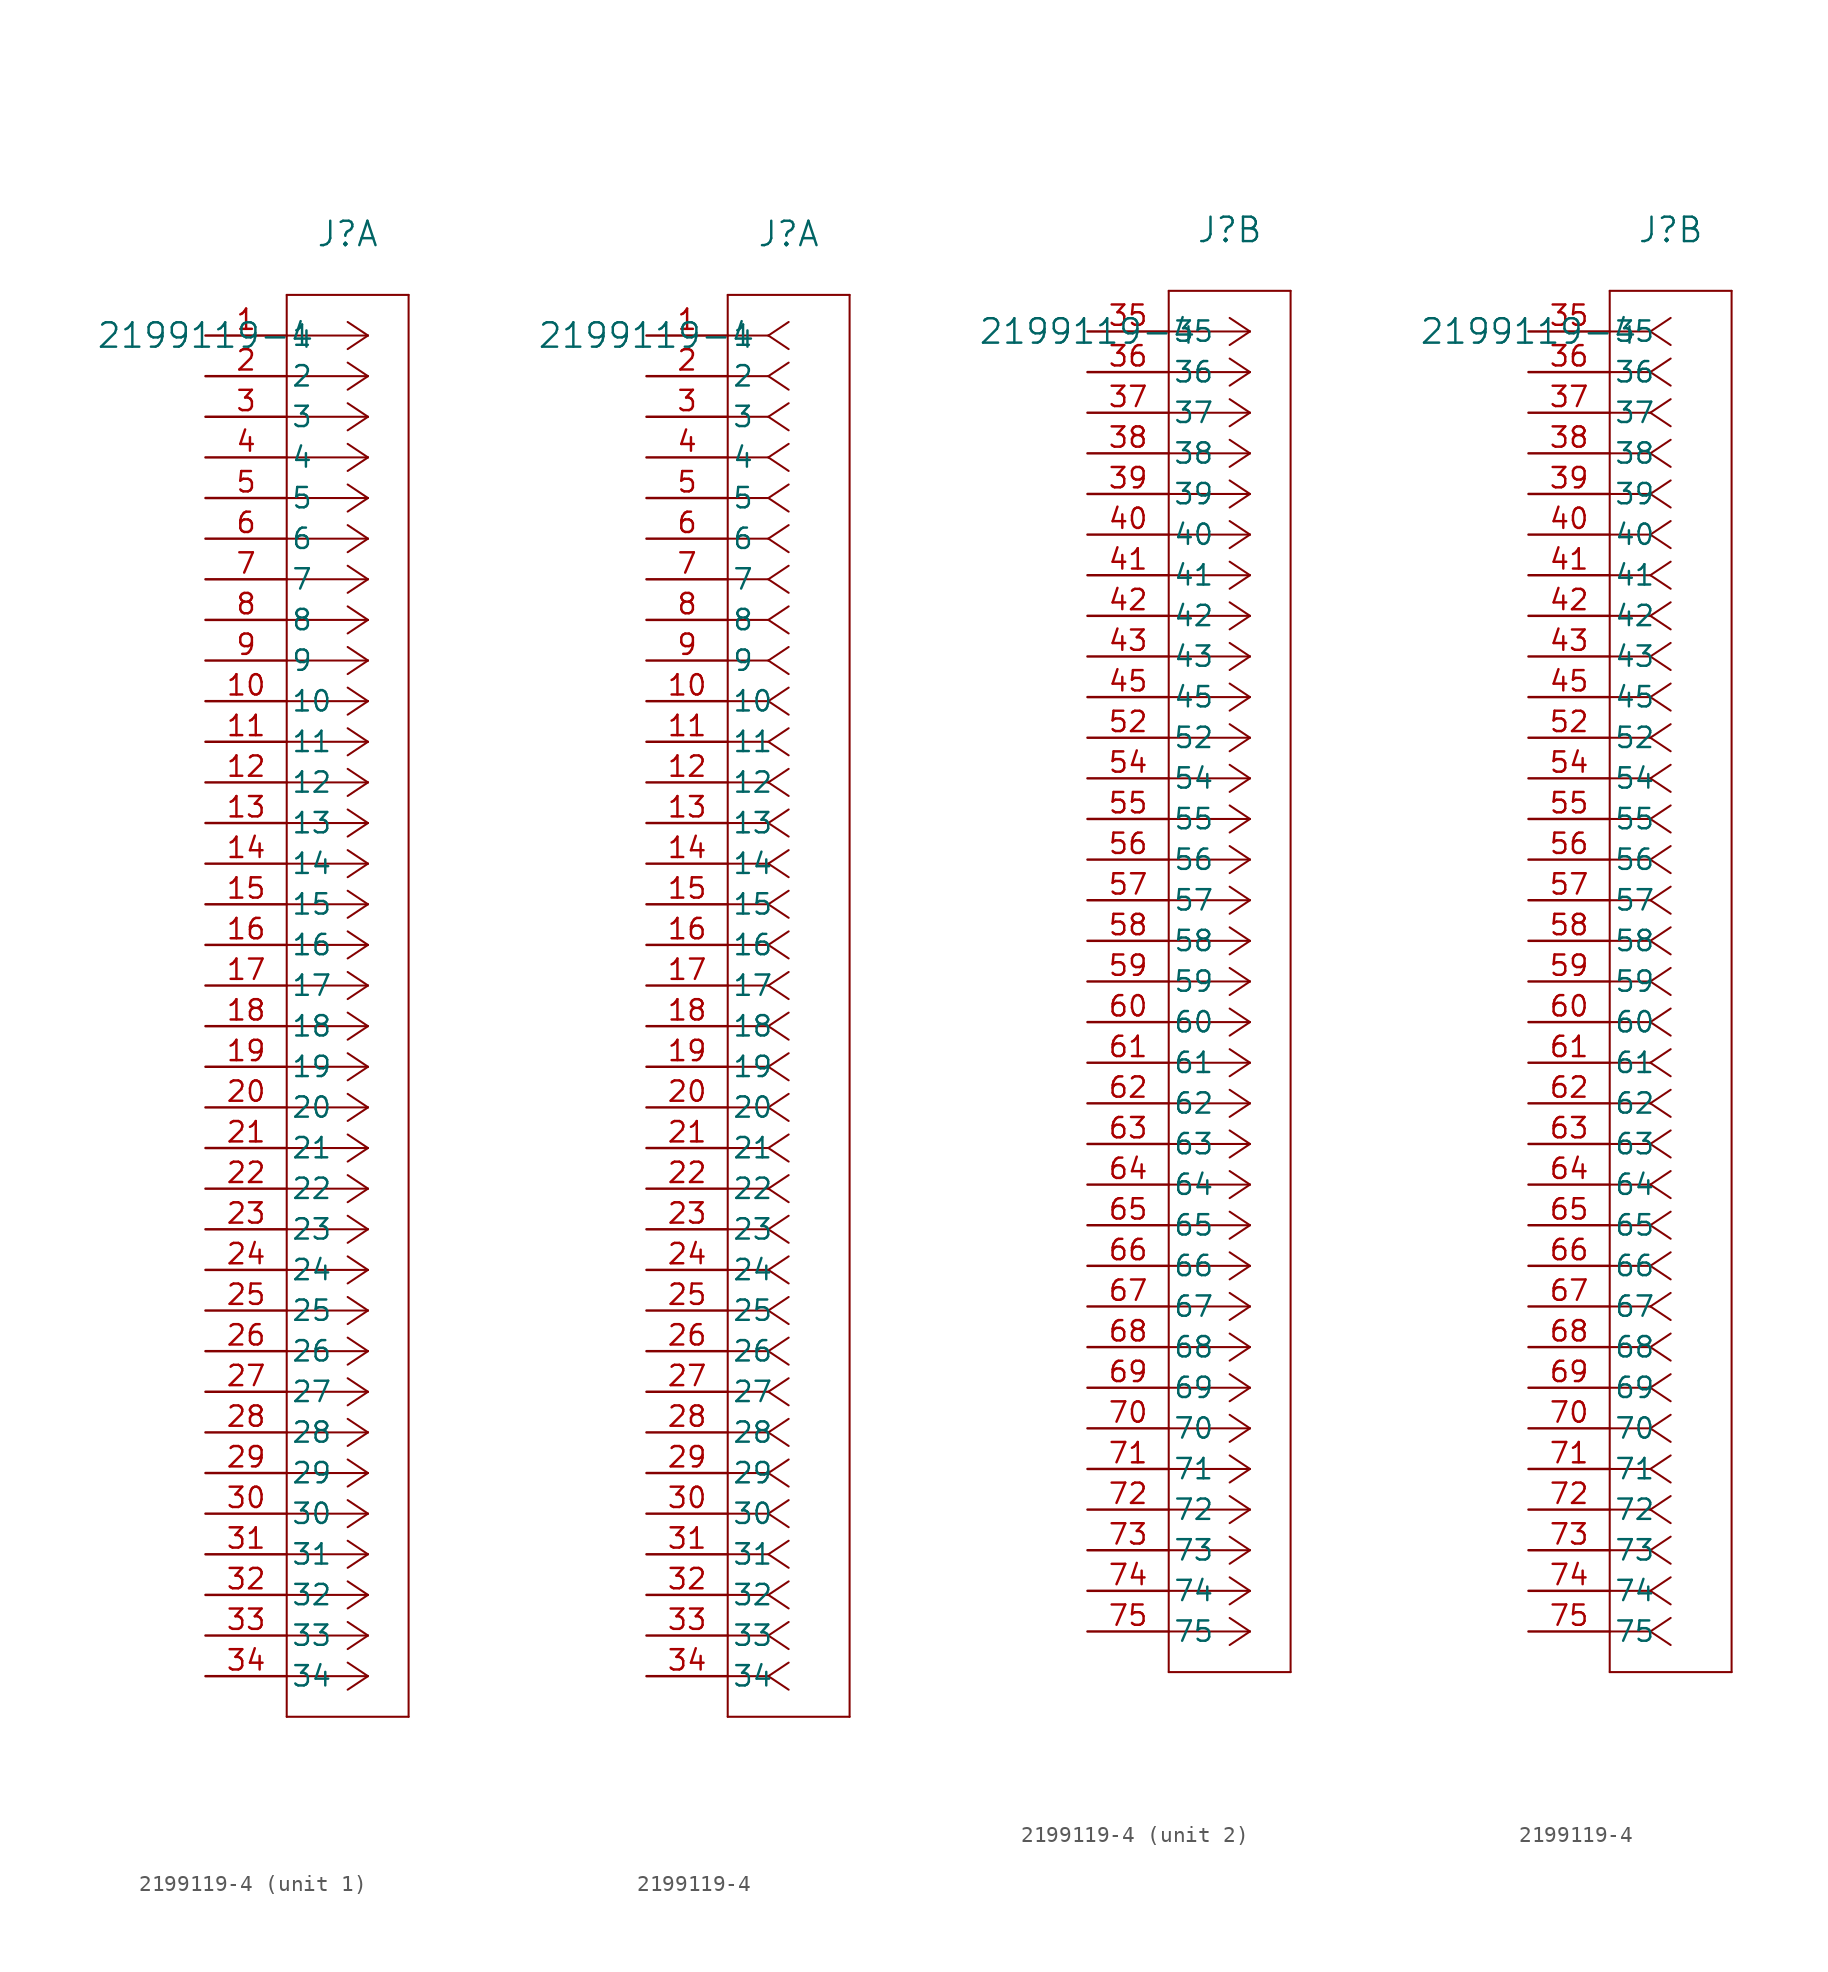
<source format=kicad_sym>
(kicad_symbol_lib
  (version 20211014)
  (generator kicad_symbol_editor)
  (symbol "2199119-4"
    (pin_names
      (offset 0.254))
    (property "Reference" "J"
      (at 8.89 6.35 0)
      (effects (font (size 1.524 1.524))))
    (property "Value" "2199119-4"
      (at 0 0 0)
      (effects (font (size 1.524 1.524))))
    (symbol "2199119-4_1_1"
      (polyline (pts (xy 10.16 0) (xy 5.08 0)) (stroke (width 0.127) (type default) (color 0 0 0 0)) (fill (type none)))
      (polyline (pts (xy 10.16 -2.54) (xy 5.08 -2.54)) (stroke (width 0.127) (type default) (color 0 0 0 0)) (fill (type none)))
      (polyline (pts (xy 10.16 -5.08) (xy 5.08 -5.08)) (stroke (width 0.127) (type default) (color 0 0 0 0)) (fill (type none)))
      (polyline (pts (xy 10.16 -7.62) (xy 5.08 -7.62)) (stroke (width 0.127) (type default) (color 0 0 0 0)) (fill (type none)))
      (polyline (pts (xy 10.16 -10.16) (xy 5.08 -10.16)) (stroke (width 0.127) (type default) (color 0 0 0 0)) (fill (type none)))
      (polyline (pts (xy 10.16 -12.7) (xy 5.08 -12.7)) (stroke (width 0.127) (type default) (color 0 0 0 0)) (fill (type none)))
      (polyline (pts (xy 10.16 -15.24) (xy 5.08 -15.24)) (stroke (width 0.127) (type default) (color 0 0 0 0)) (fill (type none)))
      (polyline (pts (xy 10.16 -17.78) (xy 5.08 -17.78)) (stroke (width 0.127) (type default) (color 0 0 0 0)) (fill (type none)))
      (polyline (pts (xy 10.16 -20.32) (xy 5.08 -20.32)) (stroke (width 0.127) (type default) (color 0 0 0 0)) (fill (type none)))
      (polyline (pts (xy 10.16 -22.86) (xy 5.08 -22.86)) (stroke (width 0.127) (type default) (color 0 0 0 0)) (fill (type none)))
      (polyline (pts (xy 10.16 -25.4) (xy 5.08 -25.4)) (stroke (width 0.127) (type default) (color 0 0 0 0)) (fill (type none)))
      (polyline (pts (xy 10.16 -27.94) (xy 5.08 -27.94)) (stroke (width 0.127) (type default) (color 0 0 0 0)) (fill (type none)))
      (polyline (pts (xy 10.16 -30.48) (xy 5.08 -30.48)) (stroke (width 0.127) (type default) (color 0 0 0 0)) (fill (type none)))
      (polyline (pts (xy 10.16 -33.02) (xy 5.08 -33.02)) (stroke (width 0.127) (type default) (color 0 0 0 0)) (fill (type none)))
      (polyline (pts (xy 10.16 -35.56) (xy 5.08 -35.56)) (stroke (width 0.127) (type default) (color 0 0 0 0)) (fill (type none)))
      (polyline (pts (xy 10.16 -38.1) (xy 5.08 -38.1)) (stroke (width 0.127) (type default) (color 0 0 0 0)) (fill (type none)))
      (polyline (pts (xy 10.16 -40.64) (xy 5.08 -40.64)) (stroke (width 0.127) (type default) (color 0 0 0 0)) (fill (type none)))
      (polyline (pts (xy 10.16 -43.18) (xy 5.08 -43.18)) (stroke (width 0.127) (type default) (color 0 0 0 0)) (fill (type none)))
      (polyline (pts (xy 10.16 -45.72) (xy 5.08 -45.72)) (stroke (width 0.127) (type default) (color 0 0 0 0)) (fill (type none)))
      (polyline (pts (xy 10.16 -48.26) (xy 5.08 -48.26)) (stroke (width 0.127) (type default) (color 0 0 0 0)) (fill (type none)))
      (polyline (pts (xy 10.16 -50.8) (xy 5.08 -50.8)) (stroke (width 0.127) (type default) (color 0 0 0 0)) (fill (type none)))
      (polyline (pts (xy 10.16 -53.34) (xy 5.08 -53.34)) (stroke (width 0.127) (type default) (color 0 0 0 0)) (fill (type none)))
      (polyline (pts (xy 10.16 -55.88) (xy 5.08 -55.88)) (stroke (width 0.127) (type default) (color 0 0 0 0)) (fill (type none)))
      (polyline (pts (xy 10.16 -58.42) (xy 5.08 -58.42)) (stroke (width 0.127) (type default) (color 0 0 0 0)) (fill (type none)))
      (polyline (pts (xy 10.16 -60.96) (xy 5.08 -60.96)) (stroke (width 0.127) (type default) (color 0 0 0 0)) (fill (type none)))
      (polyline (pts (xy 10.16 -63.5) (xy 5.08 -63.5)) (stroke (width 0.127) (type default) (color 0 0 0 0)) (fill (type none)))
      (polyline (pts (xy 10.16 -66.04) (xy 5.08 -66.04)) (stroke (width 0.127) (type default) (color 0 0 0 0)) (fill (type none)))
      (polyline (pts (xy 10.16 -68.58) (xy 5.08 -68.58)) (stroke (width 0.127) (type default) (color 0 0 0 0)) (fill (type none)))
      (polyline (pts (xy 10.16 -71.12) (xy 5.08 -71.12)) (stroke (width 0.127) (type default) (color 0 0 0 0)) (fill (type none)))
      (polyline (pts (xy 10.16 -73.66) (xy 5.08 -73.66)) (stroke (width 0.127) (type default) (color 0 0 0 0)) (fill (type none)))
      (polyline (pts (xy 10.16 -76.2) (xy 5.08 -76.2)) (stroke (width 0.127) (type default) (color 0 0 0 0)) (fill (type none)))
      (polyline (pts (xy 10.16 -78.74) (xy 5.08 -78.74)) (stroke (width 0.127) (type default) (color 0 0 0 0)) (fill (type none)))
      (polyline (pts (xy 10.16 -81.28) (xy 5.08 -81.28)) (stroke (width 0.127) (type default) (color 0 0 0 0)) (fill (type none)))
      (polyline (pts (xy 10.16 -83.82) (xy 5.08 -83.82)) (stroke (width 0.127) (type default) (color 0 0 0 0)) (fill (type none)))
      (polyline (pts (xy 10.16 0) (xy 8.89 0.847)) (stroke (width 0.127) (type default) (color 0 0 0 0)) (fill (type none)))
      (polyline (pts (xy 10.16 -2.54) (xy 8.89 -1.693)) (stroke (width 0.127) (type default) (color 0 0 0 0)) (fill (type none)))
      (polyline (pts (xy 10.16 -5.08) (xy 8.89 -4.233)) (stroke (width 0.127) (type default) (color 0 0 0 0)) (fill (type none)))
      (polyline (pts (xy 10.16 -7.62) (xy 8.89 -6.773)) (stroke (width 0.127) (type default) (color 0 0 0 0)) (fill (type none)))
      (polyline (pts (xy 10.16 -10.16) (xy 8.89 -9.313)) (stroke (width 0.127) (type default) (color 0 0 0 0)) (fill (type none)))
      (polyline (pts (xy 10.16 -12.7) (xy 8.89 -11.853)) (stroke (width 0.127) (type default) (color 0 0 0 0)) (fill (type none)))
      (polyline (pts (xy 10.16 -15.24) (xy 8.89 -14.393)) (stroke (width 0.127) (type default) (color 0 0 0 0)) (fill (type none)))
      (polyline (pts (xy 10.16 -17.78) (xy 8.89 -16.933)) (stroke (width 0.127) (type default) (color 0 0 0 0)) (fill (type none)))
      (polyline (pts (xy 10.16 -20.32) (xy 8.89 -19.473)) (stroke (width 0.127) (type default) (color 0 0 0 0)) (fill (type none)))
      (polyline (pts (xy 10.16 -22.86) (xy 8.89 -22.013)) (stroke (width 0.127) (type default) (color 0 0 0 0)) (fill (type none)))
      (polyline (pts (xy 10.16 -25.4) (xy 8.89 -24.553)) (stroke (width 0.127) (type default) (color 0 0 0 0)) (fill (type none)))
      (polyline (pts (xy 10.16 -27.94) (xy 8.89 -27.093)) (stroke (width 0.127) (type default) (color 0 0 0 0)) (fill (type none)))
      (polyline (pts (xy 10.16 -30.48) (xy 8.89 -29.633)) (stroke (width 0.127) (type default) (color 0 0 0 0)) (fill (type none)))
      (polyline (pts (xy 10.16 -33.02) (xy 8.89 -32.173)) (stroke (width 0.127) (type default) (color 0 0 0 0)) (fill (type none)))
      (polyline (pts (xy 10.16 -35.56) (xy 8.89 -34.713)) (stroke (width 0.127) (type default) (color 0 0 0 0)) (fill (type none)))
      (polyline (pts (xy 10.16 -38.1) (xy 8.89 -37.253)) (stroke (width 0.127) (type default) (color 0 0 0 0)) (fill (type none)))
      (polyline (pts (xy 10.16 -40.64) (xy 8.89 -39.793)) (stroke (width 0.127) (type default) (color 0 0 0 0)) (fill (type none)))
      (polyline (pts (xy 10.16 -43.18) (xy 8.89 -42.333)) (stroke (width 0.127) (type default) (color 0 0 0 0)) (fill (type none)))
      (polyline (pts (xy 10.16 -45.72) (xy 8.89 -44.873)) (stroke (width 0.127) (type default) (color 0 0 0 0)) (fill (type none)))
      (polyline (pts (xy 10.16 -48.26) (xy 8.89 -47.413)) (stroke (width 0.127) (type default) (color 0 0 0 0)) (fill (type none)))
      (polyline (pts (xy 10.16 -50.8) (xy 8.89 -49.953)) (stroke (width 0.127) (type default) (color 0 0 0 0)) (fill (type none)))
      (polyline (pts (xy 10.16 -53.34) (xy 8.89 -52.493)) (stroke (width 0.127) (type default) (color 0 0 0 0)) (fill (type none)))
      (polyline (pts (xy 10.16 -55.88) (xy 8.89 -55.033)) (stroke (width 0.127) (type default) (color 0 0 0 0)) (fill (type none)))
      (polyline (pts (xy 10.16 -58.42) (xy 8.89 -57.573)) (stroke (width 0.127) (type default) (color 0 0 0 0)) (fill (type none)))
      (polyline (pts (xy 10.16 -60.96) (xy 8.89 -60.113)) (stroke (width 0.127) (type default) (color 0 0 0 0)) (fill (type none)))
      (polyline (pts (xy 10.16 -63.5) (xy 8.89 -62.653)) (stroke (width 0.127) (type default) (color 0 0 0 0)) (fill (type none)))
      (polyline (pts (xy 10.16 -66.04) (xy 8.89 -65.193)) (stroke (width 0.127) (type default) (color 0 0 0 0)) (fill (type none)))
      (polyline (pts (xy 10.16 -68.58) (xy 8.89 -67.733)) (stroke (width 0.127) (type default) (color 0 0 0 0)) (fill (type none)))
      (polyline (pts (xy 10.16 -71.12) (xy 8.89 -70.273)) (stroke (width 0.127) (type default) (color 0 0 0 0)) (fill (type none)))
      (polyline (pts (xy 10.16 -73.66) (xy 8.89 -72.813)) (stroke (width 0.127) (type default) (color 0 0 0 0)) (fill (type none)))
      (polyline (pts (xy 10.16 -76.2) (xy 8.89 -75.353)) (stroke (width 0.127) (type default) (color 0 0 0 0)) (fill (type none)))
      (polyline (pts (xy 10.16 -78.74) (xy 8.89 -77.893)) (stroke (width 0.127) (type default) (color 0 0 0 0)) (fill (type none)))
      (polyline (pts (xy 10.16 -81.28) (xy 8.89 -80.433)) (stroke (width 0.127) (type default) (color 0 0 0 0)) (fill (type none)))
      (polyline (pts (xy 10.16 -83.82) (xy 8.89 -82.973)) (stroke (width 0.127) (type default) (color 0 0 0 0)) (fill (type none)))
      (polyline (pts (xy 10.16 0) (xy 8.89 -0.847)) (stroke (width 0.127) (type default) (color 0 0 0 0)) (fill (type none)))
      (polyline (pts (xy 10.16 -2.54) (xy 8.89 -3.387)) (stroke (width 0.127) (type default) (color 0 0 0 0)) (fill (type none)))
      (polyline (pts (xy 10.16 -5.08) (xy 8.89 -5.927)) (stroke (width 0.127) (type default) (color 0 0 0 0)) (fill (type none)))
      (polyline (pts (xy 10.16 -7.62) (xy 8.89 -8.467)) (stroke (width 0.127) (type default) (color 0 0 0 0)) (fill (type none)))
      (polyline (pts (xy 10.16 -10.16) (xy 8.89 -11.007)) (stroke (width 0.127) (type default) (color 0 0 0 0)) (fill (type none)))
      (polyline (pts (xy 10.16 -12.7) (xy 8.89 -13.547)) (stroke (width 0.127) (type default) (color 0 0 0 0)) (fill (type none)))
      (polyline (pts (xy 10.16 -15.24) (xy 8.89 -16.087)) (stroke (width 0.127) (type default) (color 0 0 0 0)) (fill (type none)))
      (polyline (pts (xy 10.16 -17.78) (xy 8.89 -18.627)) (stroke (width 0.127) (type default) (color 0 0 0 0)) (fill (type none)))
      (polyline (pts (xy 10.16 -20.32) (xy 8.89 -21.167)) (stroke (width 0.127) (type default) (color 0 0 0 0)) (fill (type none)))
      (polyline (pts (xy 10.16 -22.86) (xy 8.89 -23.707)) (stroke (width 0.127) (type default) (color 0 0 0 0)) (fill (type none)))
      (polyline (pts (xy 10.16 -25.4) (xy 8.89 -26.247)) (stroke (width 0.127) (type default) (color 0 0 0 0)) (fill (type none)))
      (polyline (pts (xy 10.16 -27.94) (xy 8.89 -28.787)) (stroke (width 0.127) (type default) (color 0 0 0 0)) (fill (type none)))
      (polyline (pts (xy 10.16 -30.48) (xy 8.89 -31.327)) (stroke (width 0.127) (type default) (color 0 0 0 0)) (fill (type none)))
      (polyline (pts (xy 10.16 -33.02) (xy 8.89 -33.867)) (stroke (width 0.127) (type default) (color 0 0 0 0)) (fill (type none)))
      (polyline (pts (xy 10.16 -35.56) (xy 8.89 -36.407)) (stroke (width 0.127) (type default) (color 0 0 0 0)) (fill (type none)))
      (polyline (pts (xy 10.16 -38.1) (xy 8.89 -38.947)) (stroke (width 0.127) (type default) (color 0 0 0 0)) (fill (type none)))
      (polyline (pts (xy 10.16 -40.64) (xy 8.89 -41.487)) (stroke (width 0.127) (type default) (color 0 0 0 0)) (fill (type none)))
      (polyline (pts (xy 10.16 -43.18) (xy 8.89 -44.027)) (stroke (width 0.127) (type default) (color 0 0 0 0)) (fill (type none)))
      (polyline (pts (xy 10.16 -45.72) (xy 8.89 -46.567)) (stroke (width 0.127) (type default) (color 0 0 0 0)) (fill (type none)))
      (polyline (pts (xy 10.16 -48.26) (xy 8.89 -49.107)) (stroke (width 0.127) (type default) (color 0 0 0 0)) (fill (type none)))
      (polyline (pts (xy 10.16 -50.8) (xy 8.89 -51.647)) (stroke (width 0.127) (type default) (color 0 0 0 0)) (fill (type none)))
      (polyline (pts (xy 10.16 -53.34) (xy 8.89 -54.187)) (stroke (width 0.127) (type default) (color 0 0 0 0)) (fill (type none)))
      (polyline (pts (xy 10.16 -55.88) (xy 8.89 -56.727)) (stroke (width 0.127) (type default) (color 0 0 0 0)) (fill (type none)))
      (polyline (pts (xy 10.16 -58.42) (xy 8.89 -59.267)) (stroke (width 0.127) (type default) (color 0 0 0 0)) (fill (type none)))
      (polyline (pts (xy 10.16 -60.96) (xy 8.89 -61.807)) (stroke (width 0.127) (type default) (color 0 0 0 0)) (fill (type none)))
      (polyline (pts (xy 10.16 -63.5) (xy 8.89 -64.347)) (stroke (width 0.127) (type default) (color 0 0 0 0)) (fill (type none)))
      (polyline (pts (xy 10.16 -66.04) (xy 8.89 -66.887)) (stroke (width 0.127) (type default) (color 0 0 0 0)) (fill (type none)))
      (polyline (pts (xy 10.16 -68.58) (xy 8.89 -69.427)) (stroke (width 0.127) (type default) (color 0 0 0 0)) (fill (type none)))
      (polyline (pts (xy 10.16 -71.12) (xy 8.89 -71.967)) (stroke (width 0.127) (type default) (color 0 0 0 0)) (fill (type none)))
      (polyline (pts (xy 10.16 -73.66) (xy 8.89 -74.507)) (stroke (width 0.127) (type default) (color 0 0 0 0)) (fill (type none)))
      (polyline (pts (xy 10.16 -76.2) (xy 8.89 -77.047)) (stroke (width 0.127) (type default) (color 0 0 0 0)) (fill (type none)))
      (polyline (pts (xy 10.16 -78.74) (xy 8.89 -79.587)) (stroke (width 0.127) (type default) (color 0 0 0 0)) (fill (type none)))
      (polyline (pts (xy 10.16 -81.28) (xy 8.89 -82.127)) (stroke (width 0.127) (type default) (color 0 0 0 0)) (fill (type none)))
      (polyline (pts (xy 10.16 -83.82) (xy 8.89 -84.667)) (stroke (width 0.127) (type default) (color 0 0 0 0)) (fill (type none)))
      (polyline (pts (xy 5.08 2.54) (xy 5.08 -86.36)) (stroke (width 0.127) (type default) (color 0 0 0 0)) (fill (type none)))
      (polyline (pts (xy 5.08 -86.36) (xy 12.7 -86.36)) (stroke (width 0.127) (type default) (color 0 0 0 0)) (fill (type none)))
      (polyline (pts (xy 12.7 -86.36) (xy 12.7 2.54)) (stroke (width 0.127) (type default) (color 0 0 0 0)) (fill (type none)))
      (polyline (pts (xy 12.7 2.54) (xy 5.08 2.54)) (stroke (width 0.127) (type default) (color 0 0 0 0)) (fill (type none)))
      (pin unspecified line (at 0 0 0) (length 5.08) (name "1" (effects (font (size 1.27 1.27)))) (number "1" (effects (font (size 1.27 1.27)))))
      (pin unspecified line (at 0 -2.54 0) (length 5.08) (name "2" (effects (font (size 1.27 1.27)))) (number "2" (effects (font (size 1.27 1.27)))))
      (pin unspecified line (at 0 -5.08 0) (length 5.08) (name "3" (effects (font (size 1.27 1.27)))) (number "3" (effects (font (size 1.27 1.27)))))
      (pin unspecified line (at 0 -7.62 0) (length 5.08) (name "4" (effects (font (size 1.27 1.27)))) (number "4" (effects (font (size 1.27 1.27)))))
      (pin unspecified line (at 0 -10.16 0) (length 5.08) (name "5" (effects (font (size 1.27 1.27)))) (number "5" (effects (font (size 1.27 1.27)))))
      (pin unspecified line (at 0 -12.7 0) (length 5.08) (name "6" (effects (font (size 1.27 1.27)))) (number "6" (effects (font (size 1.27 1.27)))))
      (pin unspecified line (at 0 -15.24 0) (length 5.08) (name "7" (effects (font (size 1.27 1.27)))) (number "7" (effects (font (size 1.27 1.27)))))
      (pin unspecified line (at 0 -17.78 0) (length 5.08) (name "8" (effects (font (size 1.27 1.27)))) (number "8" (effects (font (size 1.27 1.27)))))
      (pin unspecified line (at 0 -20.32 0) (length 5.08) (name "9" (effects (font (size 1.27 1.27)))) (number "9" (effects (font (size 1.27 1.27)))))
      (pin unspecified line (at 0 -22.86 0) (length 5.08) (name "10" (effects (font (size 1.27 1.27)))) (number "10" (effects (font (size 1.27 1.27)))))
      (pin unspecified line (at 0 -25.4 0) (length 5.08) (name "11" (effects (font (size 1.27 1.27)))) (number "11" (effects (font (size 1.27 1.27)))))
      (pin unspecified line (at 0 -27.94 0) (length 5.08) (name "12" (effects (font (size 1.27 1.27)))) (number "12" (effects (font (size 1.27 1.27)))))
      (pin unspecified line (at 0 -30.48 0) (length 5.08) (name "13" (effects (font (size 1.27 1.27)))) (number "13" (effects (font (size 1.27 1.27)))))
      (pin unspecified line (at 0 -33.02 0) (length 5.08) (name "14" (effects (font (size 1.27 1.27)))) (number "14" (effects (font (size 1.27 1.27)))))
      (pin unspecified line (at 0 -35.56 0) (length 5.08) (name "15" (effects (font (size 1.27 1.27)))) (number "15" (effects (font (size 1.27 1.27)))))
      (pin unspecified line (at 0 -38.1 0) (length 5.08) (name "16" (effects (font (size 1.27 1.27)))) (number "16" (effects (font (size 1.27 1.27)))))
      (pin unspecified line (at 0 -40.64 0) (length 5.08) (name "17" (effects (font (size 1.27 1.27)))) (number "17" (effects (font (size 1.27 1.27)))))
      (pin unspecified line (at 0 -43.18 0) (length 5.08) (name "18" (effects (font (size 1.27 1.27)))) (number "18" (effects (font (size 1.27 1.27)))))
      (pin unspecified line (at 0 -45.72 0) (length 5.08) (name "19" (effects (font (size 1.27 1.27)))) (number "19" (effects (font (size 1.27 1.27)))))
      (pin unspecified line (at 0 -48.26 0) (length 5.08) (name "20" (effects (font (size 1.27 1.27)))) (number "20" (effects (font (size 1.27 1.27)))))
      (pin unspecified line (at 0 -50.8 0) (length 5.08) (name "21" (effects (font (size 1.27 1.27)))) (number "21" (effects (font (size 1.27 1.27)))))
      (pin unspecified line (at 0 -53.34 0) (length 5.08) (name "22" (effects (font (size 1.27 1.27)))) (number "22" (effects (font (size 1.27 1.27)))))
      (pin unspecified line (at 0 -55.88 0) (length 5.08) (name "23" (effects (font (size 1.27 1.27)))) (number "23" (effects (font (size 1.27 1.27)))))
      (pin unspecified line (at 0 -58.42 0) (length 5.08) (name "24" (effects (font (size 1.27 1.27)))) (number "24" (effects (font (size 1.27 1.27)))))
      (pin unspecified line (at 0 -60.96 0) (length 5.08) (name "25" (effects (font (size 1.27 1.27)))) (number "25" (effects (font (size 1.27 1.27)))))
      (pin unspecified line (at 0 -63.5 0) (length 5.08) (name "26" (effects (font (size 1.27 1.27)))) (number "26" (effects (font (size 1.27 1.27)))))
      (pin unspecified line (at 0 -66.04 0) (length 5.08) (name "27" (effects (font (size 1.27 1.27)))) (number "27" (effects (font (size 1.27 1.27)))))
      (pin unspecified line (at 0 -68.58 0) (length 5.08) (name "28" (effects (font (size 1.27 1.27)))) (number "28" (effects (font (size 1.27 1.27)))))
      (pin unspecified line (at 0 -71.12 0) (length 5.08) (name "29" (effects (font (size 1.27 1.27)))) (number "29" (effects (font (size 1.27 1.27)))))
      (pin unspecified line (at 0 -73.66 0) (length 5.08) (name "30" (effects (font (size 1.27 1.27)))) (number "30" (effects (font (size 1.27 1.27)))))
      (pin unspecified line (at 0 -76.2 0) (length 5.08) (name "31" (effects (font (size 1.27 1.27)))) (number "31" (effects (font (size 1.27 1.27)))))
      (pin unspecified line (at 0 -78.74 0) (length 5.08) (name "32" (effects (font (size 1.27 1.27)))) (number "32" (effects (font (size 1.27 1.27)))))
      (pin unspecified line (at 0 -81.28 0) (length 5.08) (name "33" (effects (font (size 1.27 1.27)))) (number "33" (effects (font (size 1.27 1.27)))))
      (pin unspecified line (at 0 -83.82 0) (length 5.08) (name "34" (effects (font (size 1.27 1.27)))) (number "34" (effects (font (size 1.27 1.27))))))
    (symbol "2199119-4_1_2"
      (polyline (pts (xy 7.62 0) (xy 5.08 0)) (stroke (width 0.127) (type default) (color 0 0 0 0)) (fill (type none)))
      (polyline (pts (xy 7.62 -2.54) (xy 5.08 -2.54)) (stroke (width 0.127) (type default) (color 0 0 0 0)) (fill (type none)))
      (polyline (pts (xy 7.62 -5.08) (xy 5.08 -5.08)) (stroke (width 0.127) (type default) (color 0 0 0 0)) (fill (type none)))
      (polyline (pts (xy 7.62 -7.62) (xy 5.08 -7.62)) (stroke (width 0.127) (type default) (color 0 0 0 0)) (fill (type none)))
      (polyline (pts (xy 7.62 -10.16) (xy 5.08 -10.16)) (stroke (width 0.127) (type default) (color 0 0 0 0)) (fill (type none)))
      (polyline (pts (xy 7.62 -12.7) (xy 5.08 -12.7)) (stroke (width 0.127) (type default) (color 0 0 0 0)) (fill (type none)))
      (polyline (pts (xy 7.62 -15.24) (xy 5.08 -15.24)) (stroke (width 0.127) (type default) (color 0 0 0 0)) (fill (type none)))
      (polyline (pts (xy 7.62 -17.78) (xy 5.08 -17.78)) (stroke (width 0.127) (type default) (color 0 0 0 0)) (fill (type none)))
      (polyline (pts (xy 7.62 -20.32) (xy 5.08 -20.32)) (stroke (width 0.127) (type default) (color 0 0 0 0)) (fill (type none)))
      (polyline (pts (xy 7.62 -22.86) (xy 5.08 -22.86)) (stroke (width 0.127) (type default) (color 0 0 0 0)) (fill (type none)))
      (polyline (pts (xy 7.62 -25.4) (xy 5.08 -25.4)) (stroke (width 0.127) (type default) (color 0 0 0 0)) (fill (type none)))
      (polyline (pts (xy 7.62 -27.94) (xy 5.08 -27.94)) (stroke (width 0.127) (type default) (color 0 0 0 0)) (fill (type none)))
      (polyline (pts (xy 7.62 -30.48) (xy 5.08 -30.48)) (stroke (width 0.127) (type default) (color 0 0 0 0)) (fill (type none)))
      (polyline (pts (xy 7.62 -33.02) (xy 5.08 -33.02)) (stroke (width 0.127) (type default) (color 0 0 0 0)) (fill (type none)))
      (polyline (pts (xy 7.62 -35.56) (xy 5.08 -35.56)) (stroke (width 0.127) (type default) (color 0 0 0 0)) (fill (type none)))
      (polyline (pts (xy 7.62 -38.1) (xy 5.08 -38.1)) (stroke (width 0.127) (type default) (color 0 0 0 0)) (fill (type none)))
      (polyline (pts (xy 7.62 -40.64) (xy 5.08 -40.64)) (stroke (width 0.127) (type default) (color 0 0 0 0)) (fill (type none)))
      (polyline (pts (xy 7.62 -43.18) (xy 5.08 -43.18)) (stroke (width 0.127) (type default) (color 0 0 0 0)) (fill (type none)))
      (polyline (pts (xy 7.62 -45.72) (xy 5.08 -45.72)) (stroke (width 0.127) (type default) (color 0 0 0 0)) (fill (type none)))
      (polyline (pts (xy 7.62 -48.26) (xy 5.08 -48.26)) (stroke (width 0.127) (type default) (color 0 0 0 0)) (fill (type none)))
      (polyline (pts (xy 7.62 -50.8) (xy 5.08 -50.8)) (stroke (width 0.127) (type default) (color 0 0 0 0)) (fill (type none)))
      (polyline (pts (xy 7.62 -53.34) (xy 5.08 -53.34)) (stroke (width 0.127) (type default) (color 0 0 0 0)) (fill (type none)))
      (polyline (pts (xy 7.62 -55.88) (xy 5.08 -55.88)) (stroke (width 0.127) (type default) (color 0 0 0 0)) (fill (type none)))
      (polyline (pts (xy 7.62 -58.42) (xy 5.08 -58.42)) (stroke (width 0.127) (type default) (color 0 0 0 0)) (fill (type none)))
      (polyline (pts (xy 7.62 -60.96) (xy 5.08 -60.96)) (stroke (width 0.127) (type default) (color 0 0 0 0)) (fill (type none)))
      (polyline (pts (xy 7.62 -63.5) (xy 5.08 -63.5)) (stroke (width 0.127) (type default) (color 0 0 0 0)) (fill (type none)))
      (polyline (pts (xy 7.62 -66.04) (xy 5.08 -66.04)) (stroke (width 0.127) (type default) (color 0 0 0 0)) (fill (type none)))
      (polyline (pts (xy 7.62 -68.58) (xy 5.08 -68.58)) (stroke (width 0.127) (type default) (color 0 0 0 0)) (fill (type none)))
      (polyline (pts (xy 7.62 -71.12) (xy 5.08 -71.12)) (stroke (width 0.127) (type default) (color 0 0 0 0)) (fill (type none)))
      (polyline (pts (xy 7.62 -73.66) (xy 5.08 -73.66)) (stroke (width 0.127) (type default) (color 0 0 0 0)) (fill (type none)))
      (polyline (pts (xy 7.62 -76.2) (xy 5.08 -76.2)) (stroke (width 0.127) (type default) (color 0 0 0 0)) (fill (type none)))
      (polyline (pts (xy 7.62 -78.74) (xy 5.08 -78.74)) (stroke (width 0.127) (type default) (color 0 0 0 0)) (fill (type none)))
      (polyline (pts (xy 7.62 -81.28) (xy 5.08 -81.28)) (stroke (width 0.127) (type default) (color 0 0 0 0)) (fill (type none)))
      (polyline (pts (xy 7.62 -83.82) (xy 5.08 -83.82)) (stroke (width 0.127) (type default) (color 0 0 0 0)) (fill (type none)))
      (polyline (pts (xy 7.62 0) (xy 8.89 0.847)) (stroke (width 0.127) (type default) (color 0 0 0 0)) (fill (type none)))
      (polyline (pts (xy 7.62 -2.54) (xy 8.89 -1.693)) (stroke (width 0.127) (type default) (color 0 0 0 0)) (fill (type none)))
      (polyline (pts (xy 7.62 -5.08) (xy 8.89 -4.233)) (stroke (width 0.127) (type default) (color 0 0 0 0)) (fill (type none)))
      (polyline (pts (xy 7.62 -7.62) (xy 8.89 -6.773)) (stroke (width 0.127) (type default) (color 0 0 0 0)) (fill (type none)))
      (polyline (pts (xy 7.62 -10.16) (xy 8.89 -9.313)) (stroke (width 0.127) (type default) (color 0 0 0 0)) (fill (type none)))
      (polyline (pts (xy 7.62 -12.7) (xy 8.89 -11.853)) (stroke (width 0.127) (type default) (color 0 0 0 0)) (fill (type none)))
      (polyline (pts (xy 7.62 -15.24) (xy 8.89 -14.393)) (stroke (width 0.127) (type default) (color 0 0 0 0)) (fill (type none)))
      (polyline (pts (xy 7.62 -17.78) (xy 8.89 -16.933)) (stroke (width 0.127) (type default) (color 0 0 0 0)) (fill (type none)))
      (polyline (pts (xy 7.62 -20.32) (xy 8.89 -19.473)) (stroke (width 0.127) (type default) (color 0 0 0 0)) (fill (type none)))
      (polyline (pts (xy 7.62 -22.86) (xy 8.89 -22.013)) (stroke (width 0.127) (type default) (color 0 0 0 0)) (fill (type none)))
      (polyline (pts (xy 7.62 -25.4) (xy 8.89 -24.553)) (stroke (width 0.127) (type default) (color 0 0 0 0)) (fill (type none)))
      (polyline (pts (xy 7.62 -27.94) (xy 8.89 -27.093)) (stroke (width 0.127) (type default) (color 0 0 0 0)) (fill (type none)))
      (polyline (pts (xy 7.62 -30.48) (xy 8.89 -29.633)) (stroke (width 0.127) (type default) (color 0 0 0 0)) (fill (type none)))
      (polyline (pts (xy 7.62 -33.02) (xy 8.89 -32.173)) (stroke (width 0.127) (type default) (color 0 0 0 0)) (fill (type none)))
      (polyline (pts (xy 7.62 -35.56) (xy 8.89 -34.713)) (stroke (width 0.127) (type default) (color 0 0 0 0)) (fill (type none)))
      (polyline (pts (xy 7.62 -38.1) (xy 8.89 -37.253)) (stroke (width 0.127) (type default) (color 0 0 0 0)) (fill (type none)))
      (polyline (pts (xy 7.62 -40.64) (xy 8.89 -39.793)) (stroke (width 0.127) (type default) (color 0 0 0 0)) (fill (type none)))
      (polyline (pts (xy 7.62 -43.18) (xy 8.89 -42.333)) (stroke (width 0.127) (type default) (color 0 0 0 0)) (fill (type none)))
      (polyline (pts (xy 7.62 -45.72) (xy 8.89 -44.873)) (stroke (width 0.127) (type default) (color 0 0 0 0)) (fill (type none)))
      (polyline (pts (xy 7.62 -48.26) (xy 8.89 -47.413)) (stroke (width 0.127) (type default) (color 0 0 0 0)) (fill (type none)))
      (polyline (pts (xy 7.62 -50.8) (xy 8.89 -49.953)) (stroke (width 0.127) (type default) (color 0 0 0 0)) (fill (type none)))
      (polyline (pts (xy 7.62 -53.34) (xy 8.89 -52.493)) (stroke (width 0.127) (type default) (color 0 0 0 0)) (fill (type none)))
      (polyline (pts (xy 7.62 -55.88) (xy 8.89 -55.033)) (stroke (width 0.127) (type default) (color 0 0 0 0)) (fill (type none)))
      (polyline (pts (xy 7.62 -58.42) (xy 8.89 -57.573)) (stroke (width 0.127) (type default) (color 0 0 0 0)) (fill (type none)))
      (polyline (pts (xy 7.62 -60.96) (xy 8.89 -60.113)) (stroke (width 0.127) (type default) (color 0 0 0 0)) (fill (type none)))
      (polyline (pts (xy 7.62 -63.5) (xy 8.89 -62.653)) (stroke (width 0.127) (type default) (color 0 0 0 0)) (fill (type none)))
      (polyline (pts (xy 7.62 -66.04) (xy 8.89 -65.193)) (stroke (width 0.127) (type default) (color 0 0 0 0)) (fill (type none)))
      (polyline (pts (xy 7.62 -68.58) (xy 8.89 -67.733)) (stroke (width 0.127) (type default) (color 0 0 0 0)) (fill (type none)))
      (polyline (pts (xy 7.62 -71.12) (xy 8.89 -70.273)) (stroke (width 0.127) (type default) (color 0 0 0 0)) (fill (type none)))
      (polyline (pts (xy 7.62 -73.66) (xy 8.89 -72.813)) (stroke (width 0.127) (type default) (color 0 0 0 0)) (fill (type none)))
      (polyline (pts (xy 7.62 -76.2) (xy 8.89 -75.353)) (stroke (width 0.127) (type default) (color 0 0 0 0)) (fill (type none)))
      (polyline (pts (xy 7.62 -78.74) (xy 8.89 -77.893)) (stroke (width 0.127) (type default) (color 0 0 0 0)) (fill (type none)))
      (polyline (pts (xy 7.62 -81.28) (xy 8.89 -80.433)) (stroke (width 0.127) (type default) (color 0 0 0 0)) (fill (type none)))
      (polyline (pts (xy 7.62 -83.82) (xy 8.89 -82.973)) (stroke (width 0.127) (type default) (color 0 0 0 0)) (fill (type none)))
      (polyline (pts (xy 7.62 0) (xy 8.89 -0.847)) (stroke (width 0.127) (type default) (color 0 0 0 0)) (fill (type none)))
      (polyline (pts (xy 7.62 -2.54) (xy 8.89 -3.387)) (stroke (width 0.127) (type default) (color 0 0 0 0)) (fill (type none)))
      (polyline (pts (xy 7.62 -5.08) (xy 8.89 -5.927)) (stroke (width 0.127) (type default) (color 0 0 0 0)) (fill (type none)))
      (polyline (pts (xy 7.62 -7.62) (xy 8.89 -8.467)) (stroke (width 0.127) (type default) (color 0 0 0 0)) (fill (type none)))
      (polyline (pts (xy 7.62 -10.16) (xy 8.89 -11.007)) (stroke (width 0.127) (type default) (color 0 0 0 0)) (fill (type none)))
      (polyline (pts (xy 7.62 -12.7) (xy 8.89 -13.547)) (stroke (width 0.127) (type default) (color 0 0 0 0)) (fill (type none)))
      (polyline (pts (xy 7.62 -15.24) (xy 8.89 -16.087)) (stroke (width 0.127) (type default) (color 0 0 0 0)) (fill (type none)))
      (polyline (pts (xy 7.62 -17.78) (xy 8.89 -18.627)) (stroke (width 0.127) (type default) (color 0 0 0 0)) (fill (type none)))
      (polyline (pts (xy 7.62 -20.32) (xy 8.89 -21.167)) (stroke (width 0.127) (type default) (color 0 0 0 0)) (fill (type none)))
      (polyline (pts (xy 7.62 -22.86) (xy 8.89 -23.707)) (stroke (width 0.127) (type default) (color 0 0 0 0)) (fill (type none)))
      (polyline (pts (xy 7.62 -25.4) (xy 8.89 -26.247)) (stroke (width 0.127) (type default) (color 0 0 0 0)) (fill (type none)))
      (polyline (pts (xy 7.62 -27.94) (xy 8.89 -28.787)) (stroke (width 0.127) (type default) (color 0 0 0 0)) (fill (type none)))
      (polyline (pts (xy 7.62 -30.48) (xy 8.89 -31.327)) (stroke (width 0.127) (type default) (color 0 0 0 0)) (fill (type none)))
      (polyline (pts (xy 7.62 -33.02) (xy 8.89 -33.867)) (stroke (width 0.127) (type default) (color 0 0 0 0)) (fill (type none)))
      (polyline (pts (xy 7.62 -35.56) (xy 8.89 -36.407)) (stroke (width 0.127) (type default) (color 0 0 0 0)) (fill (type none)))
      (polyline (pts (xy 7.62 -38.1) (xy 8.89 -38.947)) (stroke (width 0.127) (type default) (color 0 0 0 0)) (fill (type none)))
      (polyline (pts (xy 7.62 -40.64) (xy 8.89 -41.487)) (stroke (width 0.127) (type default) (color 0 0 0 0)) (fill (type none)))
      (polyline (pts (xy 7.62 -43.18) (xy 8.89 -44.027)) (stroke (width 0.127) (type default) (color 0 0 0 0)) (fill (type none)))
      (polyline (pts (xy 7.62 -45.72) (xy 8.89 -46.567)) (stroke (width 0.127) (type default) (color 0 0 0 0)) (fill (type none)))
      (polyline (pts (xy 7.62 -48.26) (xy 8.89 -49.107)) (stroke (width 0.127) (type default) (color 0 0 0 0)) (fill (type none)))
      (polyline (pts (xy 7.62 -50.8) (xy 8.89 -51.647)) (stroke (width 0.127) (type default) (color 0 0 0 0)) (fill (type none)))
      (polyline (pts (xy 7.62 -53.34) (xy 8.89 -54.187)) (stroke (width 0.127) (type default) (color 0 0 0 0)) (fill (type none)))
      (polyline (pts (xy 7.62 -55.88) (xy 8.89 -56.727)) (stroke (width 0.127) (type default) (color 0 0 0 0)) (fill (type none)))
      (polyline (pts (xy 7.62 -58.42) (xy 8.89 -59.267)) (stroke (width 0.127) (type default) (color 0 0 0 0)) (fill (type none)))
      (polyline (pts (xy 7.62 -60.96) (xy 8.89 -61.807)) (stroke (width 0.127) (type default) (color 0 0 0 0)) (fill (type none)))
      (polyline (pts (xy 7.62 -63.5) (xy 8.89 -64.347)) (stroke (width 0.127) (type default) (color 0 0 0 0)) (fill (type none)))
      (polyline (pts (xy 7.62 -66.04) (xy 8.89 -66.887)) (stroke (width 0.127) (type default) (color 0 0 0 0)) (fill (type none)))
      (polyline (pts (xy 7.62 -68.58) (xy 8.89 -69.427)) (stroke (width 0.127) (type default) (color 0 0 0 0)) (fill (type none)))
      (polyline (pts (xy 7.62 -71.12) (xy 8.89 -71.967)) (stroke (width 0.127) (type default) (color 0 0 0 0)) (fill (type none)))
      (polyline (pts (xy 7.62 -73.66) (xy 8.89 -74.507)) (stroke (width 0.127) (type default) (color 0 0 0 0)) (fill (type none)))
      (polyline (pts (xy 7.62 -76.2) (xy 8.89 -77.047)) (stroke (width 0.127) (type default) (color 0 0 0 0)) (fill (type none)))
      (polyline (pts (xy 7.62 -78.74) (xy 8.89 -79.587)) (stroke (width 0.127) (type default) (color 0 0 0 0)) (fill (type none)))
      (polyline (pts (xy 7.62 -81.28) (xy 8.89 -82.127)) (stroke (width 0.127) (type default) (color 0 0 0 0)) (fill (type none)))
      (polyline (pts (xy 7.62 -83.82) (xy 8.89 -84.667)) (stroke (width 0.127) (type default) (color 0 0 0 0)) (fill (type none)))
      (polyline (pts (xy 5.08 2.54) (xy 5.08 -86.36)) (stroke (width 0.127) (type default) (color 0 0 0 0)) (fill (type none)))
      (polyline (pts (xy 5.08 -86.36) (xy 12.7 -86.36)) (stroke (width 0.127) (type default) (color 0 0 0 0)) (fill (type none)))
      (polyline (pts (xy 12.7 -86.36) (xy 12.7 2.54)) (stroke (width 0.127) (type default) (color 0 0 0 0)) (fill (type none)))
      (polyline (pts (xy 12.7 2.54) (xy 5.08 2.54)) (stroke (width 0.127) (type default) (color 0 0 0 0)) (fill (type none)))
      (pin unspecified line (at 0 0 0) (length 5.08) (name "1" (effects (font (size 1.27 1.27)))) (number "1" (effects (font (size 1.27 1.27)))))
      (pin unspecified line (at 0 -2.54 0) (length 5.08) (name "2" (effects (font (size 1.27 1.27)))) (number "2" (effects (font (size 1.27 1.27)))))
      (pin unspecified line (at 0 -5.08 0) (length 5.08) (name "3" (effects (font (size 1.27 1.27)))) (number "3" (effects (font (size 1.27 1.27)))))
      (pin unspecified line (at 0 -7.62 0) (length 5.08) (name "4" (effects (font (size 1.27 1.27)))) (number "4" (effects (font (size 1.27 1.27)))))
      (pin unspecified line (at 0 -10.16 0) (length 5.08) (name "5" (effects (font (size 1.27 1.27)))) (number "5" (effects (font (size 1.27 1.27)))))
      (pin unspecified line (at 0 -12.7 0) (length 5.08) (name "6" (effects (font (size 1.27 1.27)))) (number "6" (effects (font (size 1.27 1.27)))))
      (pin unspecified line (at 0 -15.24 0) (length 5.08) (name "7" (effects (font (size 1.27 1.27)))) (number "7" (effects (font (size 1.27 1.27)))))
      (pin unspecified line (at 0 -17.78 0) (length 5.08) (name "8" (effects (font (size 1.27 1.27)))) (number "8" (effects (font (size 1.27 1.27)))))
      (pin unspecified line (at 0 -20.32 0) (length 5.08) (name "9" (effects (font (size 1.27 1.27)))) (number "9" (effects (font (size 1.27 1.27)))))
      (pin unspecified line (at 0 -22.86 0) (length 5.08) (name "10" (effects (font (size 1.27 1.27)))) (number "10" (effects (font (size 1.27 1.27)))))
      (pin unspecified line (at 0 -25.4 0) (length 5.08) (name "11" (effects (font (size 1.27 1.27)))) (number "11" (effects (font (size 1.27 1.27)))))
      (pin unspecified line (at 0 -27.94 0) (length 5.08) (name "12" (effects (font (size 1.27 1.27)))) (number "12" (effects (font (size 1.27 1.27)))))
      (pin unspecified line (at 0 -30.48 0) (length 5.08) (name "13" (effects (font (size 1.27 1.27)))) (number "13" (effects (font (size 1.27 1.27)))))
      (pin unspecified line (at 0 -33.02 0) (length 5.08) (name "14" (effects (font (size 1.27 1.27)))) (number "14" (effects (font (size 1.27 1.27)))))
      (pin unspecified line (at 0 -35.56 0) (length 5.08) (name "15" (effects (font (size 1.27 1.27)))) (number "15" (effects (font (size 1.27 1.27)))))
      (pin unspecified line (at 0 -38.1 0) (length 5.08) (name "16" (effects (font (size 1.27 1.27)))) (number "16" (effects (font (size 1.27 1.27)))))
      (pin unspecified line (at 0 -40.64 0) (length 5.08) (name "17" (effects (font (size 1.27 1.27)))) (number "17" (effects (font (size 1.27 1.27)))))
      (pin unspecified line (at 0 -43.18 0) (length 5.08) (name "18" (effects (font (size 1.27 1.27)))) (number "18" (effects (font (size 1.27 1.27)))))
      (pin unspecified line (at 0 -45.72 0) (length 5.08) (name "19" (effects (font (size 1.27 1.27)))) (number "19" (effects (font (size 1.27 1.27)))))
      (pin unspecified line (at 0 -48.26 0) (length 5.08) (name "20" (effects (font (size 1.27 1.27)))) (number "20" (effects (font (size 1.27 1.27)))))
      (pin unspecified line (at 0 -50.8 0) (length 5.08) (name "21" (effects (font (size 1.27 1.27)))) (number "21" (effects (font (size 1.27 1.27)))))
      (pin unspecified line (at 0 -53.34 0) (length 5.08) (name "22" (effects (font (size 1.27 1.27)))) (number "22" (effects (font (size 1.27 1.27)))))
      (pin unspecified line (at 0 -55.88 0) (length 5.08) (name "23" (effects (font (size 1.27 1.27)))) (number "23" (effects (font (size 1.27 1.27)))))
      (pin unspecified line (at 0 -58.42 0) (length 5.08) (name "24" (effects (font (size 1.27 1.27)))) (number "24" (effects (font (size 1.27 1.27)))))
      (pin unspecified line (at 0 -60.96 0) (length 5.08) (name "25" (effects (font (size 1.27 1.27)))) (number "25" (effects (font (size 1.27 1.27)))))
      (pin unspecified line (at 0 -63.5 0) (length 5.08) (name "26" (effects (font (size 1.27 1.27)))) (number "26" (effects (font (size 1.27 1.27)))))
      (pin unspecified line (at 0 -66.04 0) (length 5.08) (name "27" (effects (font (size 1.27 1.27)))) (number "27" (effects (font (size 1.27 1.27)))))
      (pin unspecified line (at 0 -68.58 0) (length 5.08) (name "28" (effects (font (size 1.27 1.27)))) (number "28" (effects (font (size 1.27 1.27)))))
      (pin unspecified line (at 0 -71.12 0) (length 5.08) (name "29" (effects (font (size 1.27 1.27)))) (number "29" (effects (font (size 1.27 1.27)))))
      (pin unspecified line (at 0 -73.66 0) (length 5.08) (name "30" (effects (font (size 1.27 1.27)))) (number "30" (effects (font (size 1.27 1.27)))))
      (pin unspecified line (at 0 -76.2 0) (length 5.08) (name "31" (effects (font (size 1.27 1.27)))) (number "31" (effects (font (size 1.27 1.27)))))
      (pin unspecified line (at 0 -78.74 0) (length 5.08) (name "32" (effects (font (size 1.27 1.27)))) (number "32" (effects (font (size 1.27 1.27)))))
      (pin unspecified line (at 0 -81.28 0) (length 5.08) (name "33" (effects (font (size 1.27 1.27)))) (number "33" (effects (font (size 1.27 1.27)))))
      (pin unspecified line (at 0 -83.82 0) (length 5.08) (name "34" (effects (font (size 1.27 1.27)))) (number "34" (effects (font (size 1.27 1.27))))))
    (symbol "2199119-4_2_1"
      (polyline (pts (xy 10.16 0) (xy 5.08 0)) (stroke (width 0.127) (type default) (color 0 0 0 0)) (fill (type none)))
      (polyline (pts (xy 10.16 -2.54) (xy 5.08 -2.54)) (stroke (width 0.127) (type default) (color 0 0 0 0)) (fill (type none)))
      (polyline (pts (xy 10.16 -5.08) (xy 5.08 -5.08)) (stroke (width 0.127) (type default) (color 0 0 0 0)) (fill (type none)))
      (polyline (pts (xy 10.16 -7.62) (xy 5.08 -7.62)) (stroke (width 0.127) (type default) (color 0 0 0 0)) (fill (type none)))
      (polyline (pts (xy 10.16 -10.16) (xy 5.08 -10.16)) (stroke (width 0.127) (type default) (color 0 0 0 0)) (fill (type none)))
      (polyline (pts (xy 10.16 -12.7) (xy 5.08 -12.7)) (stroke (width 0.127) (type default) (color 0 0 0 0)) (fill (type none)))
      (polyline (pts (xy 10.16 -15.24) (xy 5.08 -15.24)) (stroke (width 0.127) (type default) (color 0 0 0 0)) (fill (type none)))
      (polyline (pts (xy 10.16 -17.78) (xy 5.08 -17.78)) (stroke (width 0.127) (type default) (color 0 0 0 0)) (fill (type none)))
      (polyline (pts (xy 10.16 -20.32) (xy 5.08 -20.32)) (stroke (width 0.127) (type default) (color 0 0 0 0)) (fill (type none)))
      (polyline (pts (xy 10.16 -22.86) (xy 5.08 -22.86)) (stroke (width 0.127) (type default) (color 0 0 0 0)) (fill (type none)))
      (polyline (pts (xy 10.16 -25.4) (xy 5.08 -25.4)) (stroke (width 0.127) (type default) (color 0 0 0 0)) (fill (type none)))
      (polyline (pts (xy 10.16 -27.94) (xy 5.08 -27.94)) (stroke (width 0.127) (type default) (color 0 0 0 0)) (fill (type none)))
      (polyline (pts (xy 10.16 -30.48) (xy 5.08 -30.48)) (stroke (width 0.127) (type default) (color 0 0 0 0)) (fill (type none)))
      (polyline (pts (xy 10.16 -33.02) (xy 5.08 -33.02)) (stroke (width 0.127) (type default) (color 0 0 0 0)) (fill (type none)))
      (polyline (pts (xy 10.16 -35.56) (xy 5.08 -35.56)) (stroke (width 0.127) (type default) (color 0 0 0 0)) (fill (type none)))
      (polyline (pts (xy 10.16 -38.1) (xy 5.08 -38.1)) (stroke (width 0.127) (type default) (color 0 0 0 0)) (fill (type none)))
      (polyline (pts (xy 10.16 -40.64) (xy 5.08 -40.64)) (stroke (width 0.127) (type default) (color 0 0 0 0)) (fill (type none)))
      (polyline (pts (xy 10.16 -43.18) (xy 5.08 -43.18)) (stroke (width 0.127) (type default) (color 0 0 0 0)) (fill (type none)))
      (polyline (pts (xy 10.16 -45.72) (xy 5.08 -45.72)) (stroke (width 0.127) (type default) (color 0 0 0 0)) (fill (type none)))
      (polyline (pts (xy 10.16 -48.26) (xy 5.08 -48.26)) (stroke (width 0.127) (type default) (color 0 0 0 0)) (fill (type none)))
      (polyline (pts (xy 10.16 -50.8) (xy 5.08 -50.8)) (stroke (width 0.127) (type default) (color 0 0 0 0)) (fill (type none)))
      (polyline (pts (xy 10.16 -53.34) (xy 5.08 -53.34)) (stroke (width 0.127) (type default) (color 0 0 0 0)) (fill (type none)))
      (polyline (pts (xy 10.16 -55.88) (xy 5.08 -55.88)) (stroke (width 0.127) (type default) (color 0 0 0 0)) (fill (type none)))
      (polyline (pts (xy 10.16 -58.42) (xy 5.08 -58.42)) (stroke (width 0.127) (type default) (color 0 0 0 0)) (fill (type none)))
      (polyline (pts (xy 10.16 -60.96) (xy 5.08 -60.96)) (stroke (width 0.127) (type default) (color 0 0 0 0)) (fill (type none)))
      (polyline (pts (xy 10.16 -63.5) (xy 5.08 -63.5)) (stroke (width 0.127) (type default) (color 0 0 0 0)) (fill (type none)))
      (polyline (pts (xy 10.16 -66.04) (xy 5.08 -66.04)) (stroke (width 0.127) (type default) (color 0 0 0 0)) (fill (type none)))
      (polyline (pts (xy 10.16 -68.58) (xy 5.08 -68.58)) (stroke (width 0.127) (type default) (color 0 0 0 0)) (fill (type none)))
      (polyline (pts (xy 10.16 -71.12) (xy 5.08 -71.12)) (stroke (width 0.127) (type default) (color 0 0 0 0)) (fill (type none)))
      (polyline (pts (xy 10.16 -73.66) (xy 5.08 -73.66)) (stroke (width 0.127) (type default) (color 0 0 0 0)) (fill (type none)))
      (polyline (pts (xy 10.16 -76.2) (xy 5.08 -76.2)) (stroke (width 0.127) (type default) (color 0 0 0 0)) (fill (type none)))
      (polyline (pts (xy 10.16 -78.74) (xy 5.08 -78.74)) (stroke (width 0.127) (type default) (color 0 0 0 0)) (fill (type none)))
      (polyline (pts (xy 10.16 -81.28) (xy 5.08 -81.28)) (stroke (width 0.127) (type default) (color 0 0 0 0)) (fill (type none)))
      (polyline (pts (xy 10.16 0) (xy 8.89 0.847)) (stroke (width 0.127) (type default) (color 0 0 0 0)) (fill (type none)))
      (polyline (pts (xy 10.16 -2.54) (xy 8.89 -1.693)) (stroke (width 0.127) (type default) (color 0 0 0 0)) (fill (type none)))
      (polyline (pts (xy 10.16 -5.08) (xy 8.89 -4.233)) (stroke (width 0.127) (type default) (color 0 0 0 0)) (fill (type none)))
      (polyline (pts (xy 10.16 -7.62) (xy 8.89 -6.773)) (stroke (width 0.127) (type default) (color 0 0 0 0)) (fill (type none)))
      (polyline (pts (xy 10.16 -10.16) (xy 8.89 -9.313)) (stroke (width 0.127) (type default) (color 0 0 0 0)) (fill (type none)))
      (polyline (pts (xy 10.16 -12.7) (xy 8.89 -11.853)) (stroke (width 0.127) (type default) (color 0 0 0 0)) (fill (type none)))
      (polyline (pts (xy 10.16 -15.24) (xy 8.89 -14.393)) (stroke (width 0.127) (type default) (color 0 0 0 0)) (fill (type none)))
      (polyline (pts (xy 10.16 -17.78) (xy 8.89 -16.933)) (stroke (width 0.127) (type default) (color 0 0 0 0)) (fill (type none)))
      (polyline (pts (xy 10.16 -20.32) (xy 8.89 -19.473)) (stroke (width 0.127) (type default) (color 0 0 0 0)) (fill (type none)))
      (polyline (pts (xy 10.16 -22.86) (xy 8.89 -22.013)) (stroke (width 0.127) (type default) (color 0 0 0 0)) (fill (type none)))
      (polyline (pts (xy 10.16 -25.4) (xy 8.89 -24.553)) (stroke (width 0.127) (type default) (color 0 0 0 0)) (fill (type none)))
      (polyline (pts (xy 10.16 -27.94) (xy 8.89 -27.093)) (stroke (width 0.127) (type default) (color 0 0 0 0)) (fill (type none)))
      (polyline (pts (xy 10.16 -30.48) (xy 8.89 -29.633)) (stroke (width 0.127) (type default) (color 0 0 0 0)) (fill (type none)))
      (polyline (pts (xy 10.16 -33.02) (xy 8.89 -32.173)) (stroke (width 0.127) (type default) (color 0 0 0 0)) (fill (type none)))
      (polyline (pts (xy 10.16 -35.56) (xy 8.89 -34.713)) (stroke (width 0.127) (type default) (color 0 0 0 0)) (fill (type none)))
      (polyline (pts (xy 10.16 -38.1) (xy 8.89 -37.253)) (stroke (width 0.127) (type default) (color 0 0 0 0)) (fill (type none)))
      (polyline (pts (xy 10.16 -40.64) (xy 8.89 -39.793)) (stroke (width 0.127) (type default) (color 0 0 0 0)) (fill (type none)))
      (polyline (pts (xy 10.16 -43.18) (xy 8.89 -42.333)) (stroke (width 0.127) (type default) (color 0 0 0 0)) (fill (type none)))
      (polyline (pts (xy 10.16 -45.72) (xy 8.89 -44.873)) (stroke (width 0.127) (type default) (color 0 0 0 0)) (fill (type none)))
      (polyline (pts (xy 10.16 -48.26) (xy 8.89 -47.413)) (stroke (width 0.127) (type default) (color 0 0 0 0)) (fill (type none)))
      (polyline (pts (xy 10.16 -50.8) (xy 8.89 -49.953)) (stroke (width 0.127) (type default) (color 0 0 0 0)) (fill (type none)))
      (polyline (pts (xy 10.16 -53.34) (xy 8.89 -52.493)) (stroke (width 0.127) (type default) (color 0 0 0 0)) (fill (type none)))
      (polyline (pts (xy 10.16 -55.88) (xy 8.89 -55.033)) (stroke (width 0.127) (type default) (color 0 0 0 0)) (fill (type none)))
      (polyline (pts (xy 10.16 -58.42) (xy 8.89 -57.573)) (stroke (width 0.127) (type default) (color 0 0 0 0)) (fill (type none)))
      (polyline (pts (xy 10.16 -60.96) (xy 8.89 -60.113)) (stroke (width 0.127) (type default) (color 0 0 0 0)) (fill (type none)))
      (polyline (pts (xy 10.16 -63.5) (xy 8.89 -62.653)) (stroke (width 0.127) (type default) (color 0 0 0 0)) (fill (type none)))
      (polyline (pts (xy 10.16 -66.04) (xy 8.89 -65.193)) (stroke (width 0.127) (type default) (color 0 0 0 0)) (fill (type none)))
      (polyline (pts (xy 10.16 -68.58) (xy 8.89 -67.733)) (stroke (width 0.127) (type default) (color 0 0 0 0)) (fill (type none)))
      (polyline (pts (xy 10.16 -71.12) (xy 8.89 -70.273)) (stroke (width 0.127) (type default) (color 0 0 0 0)) (fill (type none)))
      (polyline (pts (xy 10.16 -73.66) (xy 8.89 -72.813)) (stroke (width 0.127) (type default) (color 0 0 0 0)) (fill (type none)))
      (polyline (pts (xy 10.16 -76.2) (xy 8.89 -75.353)) (stroke (width 0.127) (type default) (color 0 0 0 0)) (fill (type none)))
      (polyline (pts (xy 10.16 -78.74) (xy 8.89 -77.893)) (stroke (width 0.127) (type default) (color 0 0 0 0)) (fill (type none)))
      (polyline (pts (xy 10.16 -81.28) (xy 8.89 -80.433)) (stroke (width 0.127) (type default) (color 0 0 0 0)) (fill (type none)))
      (polyline (pts (xy 10.16 0) (xy 8.89 -0.847)) (stroke (width 0.127) (type default) (color 0 0 0 0)) (fill (type none)))
      (polyline (pts (xy 10.16 -2.54) (xy 8.89 -3.387)) (stroke (width 0.127) (type default) (color 0 0 0 0)) (fill (type none)))
      (polyline (pts (xy 10.16 -5.08) (xy 8.89 -5.927)) (stroke (width 0.127) (type default) (color 0 0 0 0)) (fill (type none)))
      (polyline (pts (xy 10.16 -7.62) (xy 8.89 -8.467)) (stroke (width 0.127) (type default) (color 0 0 0 0)) (fill (type none)))
      (polyline (pts (xy 10.16 -10.16) (xy 8.89 -11.007)) (stroke (width 0.127) (type default) (color 0 0 0 0)) (fill (type none)))
      (polyline (pts (xy 10.16 -12.7) (xy 8.89 -13.547)) (stroke (width 0.127) (type default) (color 0 0 0 0)) (fill (type none)))
      (polyline (pts (xy 10.16 -15.24) (xy 8.89 -16.087)) (stroke (width 0.127) (type default) (color 0 0 0 0)) (fill (type none)))
      (polyline (pts (xy 10.16 -17.78) (xy 8.89 -18.627)) (stroke (width 0.127) (type default) (color 0 0 0 0)) (fill (type none)))
      (polyline (pts (xy 10.16 -20.32) (xy 8.89 -21.167)) (stroke (width 0.127) (type default) (color 0 0 0 0)) (fill (type none)))
      (polyline (pts (xy 10.16 -22.86) (xy 8.89 -23.707)) (stroke (width 0.127) (type default) (color 0 0 0 0)) (fill (type none)))
      (polyline (pts (xy 10.16 -25.4) (xy 8.89 -26.247)) (stroke (width 0.127) (type default) (color 0 0 0 0)) (fill (type none)))
      (polyline (pts (xy 10.16 -27.94) (xy 8.89 -28.787)) (stroke (width 0.127) (type default) (color 0 0 0 0)) (fill (type none)))
      (polyline (pts (xy 10.16 -30.48) (xy 8.89 -31.327)) (stroke (width 0.127) (type default) (color 0 0 0 0)) (fill (type none)))
      (polyline (pts (xy 10.16 -33.02) (xy 8.89 -33.867)) (stroke (width 0.127) (type default) (color 0 0 0 0)) (fill (type none)))
      (polyline (pts (xy 10.16 -35.56) (xy 8.89 -36.407)) (stroke (width 0.127) (type default) (color 0 0 0 0)) (fill (type none)))
      (polyline (pts (xy 10.16 -38.1) (xy 8.89 -38.947)) (stroke (width 0.127) (type default) (color 0 0 0 0)) (fill (type none)))
      (polyline (pts (xy 10.16 -40.64) (xy 8.89 -41.487)) (stroke (width 0.127) (type default) (color 0 0 0 0)) (fill (type none)))
      (polyline (pts (xy 10.16 -43.18) (xy 8.89 -44.027)) (stroke (width 0.127) (type default) (color 0 0 0 0)) (fill (type none)))
      (polyline (pts (xy 10.16 -45.72) (xy 8.89 -46.567)) (stroke (width 0.127) (type default) (color 0 0 0 0)) (fill (type none)))
      (polyline (pts (xy 10.16 -48.26) (xy 8.89 -49.107)) (stroke (width 0.127) (type default) (color 0 0 0 0)) (fill (type none)))
      (polyline (pts (xy 10.16 -50.8) (xy 8.89 -51.647)) (stroke (width 0.127) (type default) (color 0 0 0 0)) (fill (type none)))
      (polyline (pts (xy 10.16 -53.34) (xy 8.89 -54.187)) (stroke (width 0.127) (type default) (color 0 0 0 0)) (fill (type none)))
      (polyline (pts (xy 10.16 -55.88) (xy 8.89 -56.727)) (stroke (width 0.127) (type default) (color 0 0 0 0)) (fill (type none)))
      (polyline (pts (xy 10.16 -58.42) (xy 8.89 -59.267)) (stroke (width 0.127) (type default) (color 0 0 0 0)) (fill (type none)))
      (polyline (pts (xy 10.16 -60.96) (xy 8.89 -61.807)) (stroke (width 0.127) (type default) (color 0 0 0 0)) (fill (type none)))
      (polyline (pts (xy 10.16 -63.5) (xy 8.89 -64.347)) (stroke (width 0.127) (type default) (color 0 0 0 0)) (fill (type none)))
      (polyline (pts (xy 10.16 -66.04) (xy 8.89 -66.887)) (stroke (width 0.127) (type default) (color 0 0 0 0)) (fill (type none)))
      (polyline (pts (xy 10.16 -68.58) (xy 8.89 -69.427)) (stroke (width 0.127) (type default) (color 0 0 0 0)) (fill (type none)))
      (polyline (pts (xy 10.16 -71.12) (xy 8.89 -71.967)) (stroke (width 0.127) (type default) (color 0 0 0 0)) (fill (type none)))
      (polyline (pts (xy 10.16 -73.66) (xy 8.89 -74.507)) (stroke (width 0.127) (type default) (color 0 0 0 0)) (fill (type none)))
      (polyline (pts (xy 10.16 -76.2) (xy 8.89 -77.047)) (stroke (width 0.127) (type default) (color 0 0 0 0)) (fill (type none)))
      (polyline (pts (xy 10.16 -78.74) (xy 8.89 -79.587)) (stroke (width 0.127) (type default) (color 0 0 0 0)) (fill (type none)))
      (polyline (pts (xy 10.16 -81.28) (xy 8.89 -82.127)) (stroke (width 0.127) (type default) (color 0 0 0 0)) (fill (type none)))
      (polyline (pts (xy 5.08 2.54) (xy 5.08 -83.82)) (stroke (width 0.127) (type default) (color 0 0 0 0)) (fill (type none)))
      (polyline (pts (xy 5.08 -83.82) (xy 12.7 -83.82)) (stroke (width 0.127) (type default) (color 0 0 0 0)) (fill (type none)))
      (polyline (pts (xy 12.7 -83.82) (xy 12.7 2.54)) (stroke (width 0.127) (type default) (color 0 0 0 0)) (fill (type none)))
      (polyline (pts (xy 12.7 2.54) (xy 5.08 2.54)) (stroke (width 0.127) (type default) (color 0 0 0 0)) (fill (type none)))
      (pin unspecified line (at 0 0 0) (length 5.08) (name "35" (effects (font (size 1.27 1.27)))) (number "35" (effects (font (size 1.27 1.27)))))
      (pin unspecified line (at 0 -2.54 0) (length 5.08) (name "36" (effects (font (size 1.27 1.27)))) (number "36" (effects (font (size 1.27 1.27)))))
      (pin unspecified line (at 0 -5.08 0) (length 5.08) (name "37" (effects (font (size 1.27 1.27)))) (number "37" (effects (font (size 1.27 1.27)))))
      (pin unspecified line (at 0 -7.62 0) (length 5.08) (name "38" (effects (font (size 1.27 1.27)))) (number "38" (effects (font (size 1.27 1.27)))))
      (pin unspecified line (at 0 -10.16 0) (length 5.08) (name "39" (effects (font (size 1.27 1.27)))) (number "39" (effects (font (size 1.27 1.27)))))
      (pin unspecified line (at 0 -12.7 0) (length 5.08) (name "40" (effects (font (size 1.27 1.27)))) (number "40" (effects (font (size 1.27 1.27)))))
      (pin unspecified line (at 0 -15.24 0) (length 5.08) (name "41" (effects (font (size 1.27 1.27)))) (number "41" (effects (font (size 1.27 1.27)))))
      (pin unspecified line (at 0 -17.78 0) (length 5.08) (name "42" (effects (font (size 1.27 1.27)))) (number "42" (effects (font (size 1.27 1.27)))))
      (pin unspecified line (at 0 -20.32 0) (length 5.08) (name "43" (effects (font (size 1.27 1.27)))) (number "43" (effects (font (size 1.27 1.27)))))
      (pin unspecified line (at 0 -22.86 0) (length 5.08) (name "45" (effects (font (size 1.27 1.27)))) (number "45" (effects (font (size 1.27 1.27)))))
      (pin unspecified line (at 0 -25.4 0) (length 5.08) (name "52" (effects (font (size 1.27 1.27)))) (number "52" (effects (font (size 1.27 1.27)))))
      (pin unspecified line (at 0 -27.94 0) (length 5.08) (name "54" (effects (font (size 1.27 1.27)))) (number "54" (effects (font (size 1.27 1.27)))))
      (pin unspecified line (at 0 -30.48 0) (length 5.08) (name "55" (effects (font (size 1.27 1.27)))) (number "55" (effects (font (size 1.27 1.27)))))
      (pin unspecified line (at 0 -33.02 0) (length 5.08) (name "56" (effects (font (size 1.27 1.27)))) (number "56" (effects (font (size 1.27 1.27)))))
      (pin unspecified line (at 0 -35.56 0) (length 5.08) (name "57" (effects (font (size 1.27 1.27)))) (number "57" (effects (font (size 1.27 1.27)))))
      (pin unspecified line (at 0 -38.1 0) (length 5.08) (name "58" (effects (font (size 1.27 1.27)))) (number "58" (effects (font (size 1.27 1.27)))))
      (pin unspecified line (at 0 -40.64 0) (length 5.08) (name "59" (effects (font (size 1.27 1.27)))) (number "59" (effects (font (size 1.27 1.27)))))
      (pin unspecified line (at 0 -43.18 0) (length 5.08) (name "60" (effects (font (size 1.27 1.27)))) (number "60" (effects (font (size 1.27 1.27)))))
      (pin unspecified line (at 0 -45.72 0) (length 5.08) (name "61" (effects (font (size 1.27 1.27)))) (number "61" (effects (font (size 1.27 1.27)))))
      (pin unspecified line (at 0 -48.26 0) (length 5.08) (name "62" (effects (font (size 1.27 1.27)))) (number "62" (effects (font (size 1.27 1.27)))))
      (pin unspecified line (at 0 -50.8 0) (length 5.08) (name "63" (effects (font (size 1.27 1.27)))) (number "63" (effects (font (size 1.27 1.27)))))
      (pin unspecified line (at 0 -53.34 0) (length 5.08) (name "64" (effects (font (size 1.27 1.27)))) (number "64" (effects (font (size 1.27 1.27)))))
      (pin unspecified line (at 0 -55.88 0) (length 5.08) (name "65" (effects (font (size 1.27 1.27)))) (number "65" (effects (font (size 1.27 1.27)))))
      (pin unspecified line (at 0 -58.42 0) (length 5.08) (name "66" (effects (font (size 1.27 1.27)))) (number "66" (effects (font (size 1.27 1.27)))))
      (pin unspecified line (at 0 -60.96 0) (length 5.08) (name "67" (effects (font (size 1.27 1.27)))) (number "67" (effects (font (size 1.27 1.27)))))
      (pin unspecified line (at 0 -63.5 0) (length 5.08) (name "68" (effects (font (size 1.27 1.27)))) (number "68" (effects (font (size 1.27 1.27)))))
      (pin unspecified line (at 0 -66.04 0) (length 5.08) (name "69" (effects (font (size 1.27 1.27)))) (number "69" (effects (font (size 1.27 1.27)))))
      (pin unspecified line (at 0 -68.58 0) (length 5.08) (name "70" (effects (font (size 1.27 1.27)))) (number "70" (effects (font (size 1.27 1.27)))))
      (pin unspecified line (at 0 -71.12 0) (length 5.08) (name "71" (effects (font (size 1.27 1.27)))) (number "71" (effects (font (size 1.27 1.27)))))
      (pin unspecified line (at 0 -73.66 0) (length 5.08) (name "72" (effects (font (size 1.27 1.27)))) (number "72" (effects (font (size 1.27 1.27)))))
      (pin unspecified line (at 0 -76.2 0) (length 5.08) (name "73" (effects (font (size 1.27 1.27)))) (number "73" (effects (font (size 1.27 1.27)))))
      (pin unspecified line (at 0 -78.74 0) (length 5.08) (name "74" (effects (font (size 1.27 1.27)))) (number "74" (effects (font (size 1.27 1.27)))))
      (pin unspecified line (at 0 -81.28 0) (length 5.08) (name "75" (effects (font (size 1.27 1.27)))) (number "75" (effects (font (size 1.27 1.27))))))
    (symbol "2199119-4_2_2"
      (polyline (pts (xy 7.62 0) (xy 5.08 0)) (stroke (width 0.127) (type default) (color 0 0 0 0)) (fill (type none)))
      (polyline (pts (xy 7.62 -2.54) (xy 5.08 -2.54)) (stroke (width 0.127) (type default) (color 0 0 0 0)) (fill (type none)))
      (polyline (pts (xy 7.62 -5.08) (xy 5.08 -5.08)) (stroke (width 0.127) (type default) (color 0 0 0 0)) (fill (type none)))
      (polyline (pts (xy 7.62 -7.62) (xy 5.08 -7.62)) (stroke (width 0.127) (type default) (color 0 0 0 0)) (fill (type none)))
      (polyline (pts (xy 7.62 -10.16) (xy 5.08 -10.16)) (stroke (width 0.127) (type default) (color 0 0 0 0)) (fill (type none)))
      (polyline (pts (xy 7.62 -12.7) (xy 5.08 -12.7)) (stroke (width 0.127) (type default) (color 0 0 0 0)) (fill (type none)))
      (polyline (pts (xy 7.62 -15.24) (xy 5.08 -15.24)) (stroke (width 0.127) (type default) (color 0 0 0 0)) (fill (type none)))
      (polyline (pts (xy 7.62 -17.78) (xy 5.08 -17.78)) (stroke (width 0.127) (type default) (color 0 0 0 0)) (fill (type none)))
      (polyline (pts (xy 7.62 -20.32) (xy 5.08 -20.32)) (stroke (width 0.127) (type default) (color 0 0 0 0)) (fill (type none)))
      (polyline (pts (xy 7.62 -22.86) (xy 5.08 -22.86)) (stroke (width 0.127) (type default) (color 0 0 0 0)) (fill (type none)))
      (polyline (pts (xy 7.62 -25.4) (xy 5.08 -25.4)) (stroke (width 0.127) (type default) (color 0 0 0 0)) (fill (type none)))
      (polyline (pts (xy 7.62 -27.94) (xy 5.08 -27.94)) (stroke (width 0.127) (type default) (color 0 0 0 0)) (fill (type none)))
      (polyline (pts (xy 7.62 -30.48) (xy 5.08 -30.48)) (stroke (width 0.127) (type default) (color 0 0 0 0)) (fill (type none)))
      (polyline (pts (xy 7.62 -33.02) (xy 5.08 -33.02)) (stroke (width 0.127) (type default) (color 0 0 0 0)) (fill (type none)))
      (polyline (pts (xy 7.62 -35.56) (xy 5.08 -35.56)) (stroke (width 0.127) (type default) (color 0 0 0 0)) (fill (type none)))
      (polyline (pts (xy 7.62 -38.1) (xy 5.08 -38.1)) (stroke (width 0.127) (type default) (color 0 0 0 0)) (fill (type none)))
      (polyline (pts (xy 7.62 -40.64) (xy 5.08 -40.64)) (stroke (width 0.127) (type default) (color 0 0 0 0)) (fill (type none)))
      (polyline (pts (xy 7.62 -43.18) (xy 5.08 -43.18)) (stroke (width 0.127) (type default) (color 0 0 0 0)) (fill (type none)))
      (polyline (pts (xy 7.62 -45.72) (xy 5.08 -45.72)) (stroke (width 0.127) (type default) (color 0 0 0 0)) (fill (type none)))
      (polyline (pts (xy 7.62 -48.26) (xy 5.08 -48.26)) (stroke (width 0.127) (type default) (color 0 0 0 0)) (fill (type none)))
      (polyline (pts (xy 7.62 -50.8) (xy 5.08 -50.8)) (stroke (width 0.127) (type default) (color 0 0 0 0)) (fill (type none)))
      (polyline (pts (xy 7.62 -53.34) (xy 5.08 -53.34)) (stroke (width 0.127) (type default) (color 0 0 0 0)) (fill (type none)))
      (polyline (pts (xy 7.62 -55.88) (xy 5.08 -55.88)) (stroke (width 0.127) (type default) (color 0 0 0 0)) (fill (type none)))
      (polyline (pts (xy 7.62 -58.42) (xy 5.08 -58.42)) (stroke (width 0.127) (type default) (color 0 0 0 0)) (fill (type none)))
      (polyline (pts (xy 7.62 -60.96) (xy 5.08 -60.96)) (stroke (width 0.127) (type default) (color 0 0 0 0)) (fill (type none)))
      (polyline (pts (xy 7.62 -63.5) (xy 5.08 -63.5)) (stroke (width 0.127) (type default) (color 0 0 0 0)) (fill (type none)))
      (polyline (pts (xy 7.62 -66.04) (xy 5.08 -66.04)) (stroke (width 0.127) (type default) (color 0 0 0 0)) (fill (type none)))
      (polyline (pts (xy 7.62 -68.58) (xy 5.08 -68.58)) (stroke (width 0.127) (type default) (color 0 0 0 0)) (fill (type none)))
      (polyline (pts (xy 7.62 -71.12) (xy 5.08 -71.12)) (stroke (width 0.127) (type default) (color 0 0 0 0)) (fill (type none)))
      (polyline (pts (xy 7.62 -73.66) (xy 5.08 -73.66)) (stroke (width 0.127) (type default) (color 0 0 0 0)) (fill (type none)))
      (polyline (pts (xy 7.62 -76.2) (xy 5.08 -76.2)) (stroke (width 0.127) (type default) (color 0 0 0 0)) (fill (type none)))
      (polyline (pts (xy 7.62 -78.74) (xy 5.08 -78.74)) (stroke (width 0.127) (type default) (color 0 0 0 0)) (fill (type none)))
      (polyline (pts (xy 7.62 -81.28) (xy 5.08 -81.28)) (stroke (width 0.127) (type default) (color 0 0 0 0)) (fill (type none)))
      (polyline (pts (xy 7.62 0) (xy 8.89 0.847)) (stroke (width 0.127) (type default) (color 0 0 0 0)) (fill (type none)))
      (polyline (pts (xy 7.62 -2.54) (xy 8.89 -1.693)) (stroke (width 0.127) (type default) (color 0 0 0 0)) (fill (type none)))
      (polyline (pts (xy 7.62 -5.08) (xy 8.89 -4.233)) (stroke (width 0.127) (type default) (color 0 0 0 0)) (fill (type none)))
      (polyline (pts (xy 7.62 -7.62) (xy 8.89 -6.773)) (stroke (width 0.127) (type default) (color 0 0 0 0)) (fill (type none)))
      (polyline (pts (xy 7.62 -10.16) (xy 8.89 -9.313)) (stroke (width 0.127) (type default) (color 0 0 0 0)) (fill (type none)))
      (polyline (pts (xy 7.62 -12.7) (xy 8.89 -11.853)) (stroke (width 0.127) (type default) (color 0 0 0 0)) (fill (type none)))
      (polyline (pts (xy 7.62 -15.24) (xy 8.89 -14.393)) (stroke (width 0.127) (type default) (color 0 0 0 0)) (fill (type none)))
      (polyline (pts (xy 7.62 -17.78) (xy 8.89 -16.933)) (stroke (width 0.127) (type default) (color 0 0 0 0)) (fill (type none)))
      (polyline (pts (xy 7.62 -20.32) (xy 8.89 -19.473)) (stroke (width 0.127) (type default) (color 0 0 0 0)) (fill (type none)))
      (polyline (pts (xy 7.62 -22.86) (xy 8.89 -22.013)) (stroke (width 0.127) (type default) (color 0 0 0 0)) (fill (type none)))
      (polyline (pts (xy 7.62 -25.4) (xy 8.89 -24.553)) (stroke (width 0.127) (type default) (color 0 0 0 0)) (fill (type none)))
      (polyline (pts (xy 7.62 -27.94) (xy 8.89 -27.093)) (stroke (width 0.127) (type default) (color 0 0 0 0)) (fill (type none)))
      (polyline (pts (xy 7.62 -30.48) (xy 8.89 -29.633)) (stroke (width 0.127) (type default) (color 0 0 0 0)) (fill (type none)))
      (polyline (pts (xy 7.62 -33.02) (xy 8.89 -32.173)) (stroke (width 0.127) (type default) (color 0 0 0 0)) (fill (type none)))
      (polyline (pts (xy 7.62 -35.56) (xy 8.89 -34.713)) (stroke (width 0.127) (type default) (color 0 0 0 0)) (fill (type none)))
      (polyline (pts (xy 7.62 -38.1) (xy 8.89 -37.253)) (stroke (width 0.127) (type default) (color 0 0 0 0)) (fill (type none)))
      (polyline (pts (xy 7.62 -40.64) (xy 8.89 -39.793)) (stroke (width 0.127) (type default) (color 0 0 0 0)) (fill (type none)))
      (polyline (pts (xy 7.62 -43.18) (xy 8.89 -42.333)) (stroke (width 0.127) (type default) (color 0 0 0 0)) (fill (type none)))
      (polyline (pts (xy 7.62 -45.72) (xy 8.89 -44.873)) (stroke (width 0.127) (type default) (color 0 0 0 0)) (fill (type none)))
      (polyline (pts (xy 7.62 -48.26) (xy 8.89 -47.413)) (stroke (width 0.127) (type default) (color 0 0 0 0)) (fill (type none)))
      (polyline (pts (xy 7.62 -50.8) (xy 8.89 -49.953)) (stroke (width 0.127) (type default) (color 0 0 0 0)) (fill (type none)))
      (polyline (pts (xy 7.62 -53.34) (xy 8.89 -52.493)) (stroke (width 0.127) (type default) (color 0 0 0 0)) (fill (type none)))
      (polyline (pts (xy 7.62 -55.88) (xy 8.89 -55.033)) (stroke (width 0.127) (type default) (color 0 0 0 0)) (fill (type none)))
      (polyline (pts (xy 7.62 -58.42) (xy 8.89 -57.573)) (stroke (width 0.127) (type default) (color 0 0 0 0)) (fill (type none)))
      (polyline (pts (xy 7.62 -60.96) (xy 8.89 -60.113)) (stroke (width 0.127) (type default) (color 0 0 0 0)) (fill (type none)))
      (polyline (pts (xy 7.62 -63.5) (xy 8.89 -62.653)) (stroke (width 0.127) (type default) (color 0 0 0 0)) (fill (type none)))
      (polyline (pts (xy 7.62 -66.04) (xy 8.89 -65.193)) (stroke (width 0.127) (type default) (color 0 0 0 0)) (fill (type none)))
      (polyline (pts (xy 7.62 -68.58) (xy 8.89 -67.733)) (stroke (width 0.127) (type default) (color 0 0 0 0)) (fill (type none)))
      (polyline (pts (xy 7.62 -71.12) (xy 8.89 -70.273)) (stroke (width 0.127) (type default) (color 0 0 0 0)) (fill (type none)))
      (polyline (pts (xy 7.62 -73.66) (xy 8.89 -72.813)) (stroke (width 0.127) (type default) (color 0 0 0 0)) (fill (type none)))
      (polyline (pts (xy 7.62 -76.2) (xy 8.89 -75.353)) (stroke (width 0.127) (type default) (color 0 0 0 0)) (fill (type none)))
      (polyline (pts (xy 7.62 -78.74) (xy 8.89 -77.893)) (stroke (width 0.127) (type default) (color 0 0 0 0)) (fill (type none)))
      (polyline (pts (xy 7.62 -81.28) (xy 8.89 -80.433)) (stroke (width 0.127) (type default) (color 0 0 0 0)) (fill (type none)))
      (polyline (pts (xy 7.62 0) (xy 8.89 -0.847)) (stroke (width 0.127) (type default) (color 0 0 0 0)) (fill (type none)))
      (polyline (pts (xy 7.62 -2.54) (xy 8.89 -3.387)) (stroke (width 0.127) (type default) (color 0 0 0 0)) (fill (type none)))
      (polyline (pts (xy 7.62 -5.08) (xy 8.89 -5.927)) (stroke (width 0.127) (type default) (color 0 0 0 0)) (fill (type none)))
      (polyline (pts (xy 7.62 -7.62) (xy 8.89 -8.467)) (stroke (width 0.127) (type default) (color 0 0 0 0)) (fill (type none)))
      (polyline (pts (xy 7.62 -10.16) (xy 8.89 -11.007)) (stroke (width 0.127) (type default) (color 0 0 0 0)) (fill (type none)))
      (polyline (pts (xy 7.62 -12.7) (xy 8.89 -13.547)) (stroke (width 0.127) (type default) (color 0 0 0 0)) (fill (type none)))
      (polyline (pts (xy 7.62 -15.24) (xy 8.89 -16.087)) (stroke (width 0.127) (type default) (color 0 0 0 0)) (fill (type none)))
      (polyline (pts (xy 7.62 -17.78) (xy 8.89 -18.627)) (stroke (width 0.127) (type default) (color 0 0 0 0)) (fill (type none)))
      (polyline (pts (xy 7.62 -20.32) (xy 8.89 -21.167)) (stroke (width 0.127) (type default) (color 0 0 0 0)) (fill (type none)))
      (polyline (pts (xy 7.62 -22.86) (xy 8.89 -23.707)) (stroke (width 0.127) (type default) (color 0 0 0 0)) (fill (type none)))
      (polyline (pts (xy 7.62 -25.4) (xy 8.89 -26.247)) (stroke (width 0.127) (type default) (color 0 0 0 0)) (fill (type none)))
      (polyline (pts (xy 7.62 -27.94) (xy 8.89 -28.787)) (stroke (width 0.127) (type default) (color 0 0 0 0)) (fill (type none)))
      (polyline (pts (xy 7.62 -30.48) (xy 8.89 -31.327)) (stroke (width 0.127) (type default) (color 0 0 0 0)) (fill (type none)))
      (polyline (pts (xy 7.62 -33.02) (xy 8.89 -33.867)) (stroke (width 0.127) (type default) (color 0 0 0 0)) (fill (type none)))
      (polyline (pts (xy 7.62 -35.56) (xy 8.89 -36.407)) (stroke (width 0.127) (type default) (color 0 0 0 0)) (fill (type none)))
      (polyline (pts (xy 7.62 -38.1) (xy 8.89 -38.947)) (stroke (width 0.127) (type default) (color 0 0 0 0)) (fill (type none)))
      (polyline (pts (xy 7.62 -40.64) (xy 8.89 -41.487)) (stroke (width 0.127) (type default) (color 0 0 0 0)) (fill (type none)))
      (polyline (pts (xy 7.62 -43.18) (xy 8.89 -44.027)) (stroke (width 0.127) (type default) (color 0 0 0 0)) (fill (type none)))
      (polyline (pts (xy 7.62 -45.72) (xy 8.89 -46.567)) (stroke (width 0.127) (type default) (color 0 0 0 0)) (fill (type none)))
      (polyline (pts (xy 7.62 -48.26) (xy 8.89 -49.107)) (stroke (width 0.127) (type default) (color 0 0 0 0)) (fill (type none)))
      (polyline (pts (xy 7.62 -50.8) (xy 8.89 -51.647)) (stroke (width 0.127) (type default) (color 0 0 0 0)) (fill (type none)))
      (polyline (pts (xy 7.62 -53.34) (xy 8.89 -54.187)) (stroke (width 0.127) (type default) (color 0 0 0 0)) (fill (type none)))
      (polyline (pts (xy 7.62 -55.88) (xy 8.89 -56.727)) (stroke (width 0.127) (type default) (color 0 0 0 0)) (fill (type none)))
      (polyline (pts (xy 7.62 -58.42) (xy 8.89 -59.267)) (stroke (width 0.127) (type default) (color 0 0 0 0)) (fill (type none)))
      (polyline (pts (xy 7.62 -60.96) (xy 8.89 -61.807)) (stroke (width 0.127) (type default) (color 0 0 0 0)) (fill (type none)))
      (polyline (pts (xy 7.62 -63.5) (xy 8.89 -64.347)) (stroke (width 0.127) (type default) (color 0 0 0 0)) (fill (type none)))
      (polyline (pts (xy 7.62 -66.04) (xy 8.89 -66.887)) (stroke (width 0.127) (type default) (color 0 0 0 0)) (fill (type none)))
      (polyline (pts (xy 7.62 -68.58) (xy 8.89 -69.427)) (stroke (width 0.127) (type default) (color 0 0 0 0)) (fill (type none)))
      (polyline (pts (xy 7.62 -71.12) (xy 8.89 -71.967)) (stroke (width 0.127) (type default) (color 0 0 0 0)) (fill (type none)))
      (polyline (pts (xy 7.62 -73.66) (xy 8.89 -74.507)) (stroke (width 0.127) (type default) (color 0 0 0 0)) (fill (type none)))
      (polyline (pts (xy 7.62 -76.2) (xy 8.89 -77.047)) (stroke (width 0.127) (type default) (color 0 0 0 0)) (fill (type none)))
      (polyline (pts (xy 7.62 -78.74) (xy 8.89 -79.587)) (stroke (width 0.127) (type default) (color 0 0 0 0)) (fill (type none)))
      (polyline (pts (xy 7.62 -81.28) (xy 8.89 -82.127)) (stroke (width 0.127) (type default) (color 0 0 0 0)) (fill (type none)))
      (polyline (pts (xy 5.08 2.54) (xy 5.08 -83.82)) (stroke (width 0.127) (type default) (color 0 0 0 0)) (fill (type none)))
      (polyline (pts (xy 5.08 -83.82) (xy 12.7 -83.82)) (stroke (width 0.127) (type default) (color 0 0 0 0)) (fill (type none)))
      (polyline (pts (xy 12.7 -83.82) (xy 12.7 2.54)) (stroke (width 0.127) (type default) (color 0 0 0 0)) (fill (type none)))
      (polyline (pts (xy 12.7 2.54) (xy 5.08 2.54)) (stroke (width 0.127) (type default) (color 0 0 0 0)) (fill (type none)))
      (pin unspecified line (at 0 0 0) (length 5.08) (name "35" (effects (font (size 1.27 1.27)))) (number "35" (effects (font (size 1.27 1.27)))))
      (pin unspecified line (at 0 -2.54 0) (length 5.08) (name "36" (effects (font (size 1.27 1.27)))) (number "36" (effects (font (size 1.27 1.27)))))
      (pin unspecified line (at 0 -5.08 0) (length 5.08) (name "37" (effects (font (size 1.27 1.27)))) (number "37" (effects (font (size 1.27 1.27)))))
      (pin unspecified line (at 0 -7.62 0) (length 5.08) (name "38" (effects (font (size 1.27 1.27)))) (number "38" (effects (font (size 1.27 1.27)))))
      (pin unspecified line (at 0 -10.16 0) (length 5.08) (name "39" (effects (font (size 1.27 1.27)))) (number "39" (effects (font (size 1.27 1.27)))))
      (pin unspecified line (at 0 -12.7 0) (length 5.08) (name "40" (effects (font (size 1.27 1.27)))) (number "40" (effects (font (size 1.27 1.27)))))
      (pin unspecified line (at 0 -15.24 0) (length 5.08) (name "41" (effects (font (size 1.27 1.27)))) (number "41" (effects (font (size 1.27 1.27)))))
      (pin unspecified line (at 0 -17.78 0) (length 5.08) (name "42" (effects (font (size 1.27 1.27)))) (number "42" (effects (font (size 1.27 1.27)))))
      (pin unspecified line (at 0 -20.32 0) (length 5.08) (name "43" (effects (font (size 1.27 1.27)))) (number "43" (effects (font (size 1.27 1.27)))))
      (pin unspecified line (at 0 -22.86 0) (length 5.08) (name "45" (effects (font (size 1.27 1.27)))) (number "45" (effects (font (size 1.27 1.27)))))
      (pin unspecified line (at 0 -25.4 0) (length 5.08) (name "52" (effects (font (size 1.27 1.27)))) (number "52" (effects (font (size 1.27 1.27)))))
      (pin unspecified line (at 0 -27.94 0) (length 5.08) (name "54" (effects (font (size 1.27 1.27)))) (number "54" (effects (font (size 1.27 1.27)))))
      (pin unspecified line (at 0 -30.48 0) (length 5.08) (name "55" (effects (font (size 1.27 1.27)))) (number "55" (effects (font (size 1.27 1.27)))))
      (pin unspecified line (at 0 -33.02 0) (length 5.08) (name "56" (effects (font (size 1.27 1.27)))) (number "56" (effects (font (size 1.27 1.27)))))
      (pin unspecified line (at 0 -35.56 0) (length 5.08) (name "57" (effects (font (size 1.27 1.27)))) (number "57" (effects (font (size 1.27 1.27)))))
      (pin unspecified line (at 0 -38.1 0) (length 5.08) (name "58" (effects (font (size 1.27 1.27)))) (number "58" (effects (font (size 1.27 1.27)))))
      (pin unspecified line (at 0 -40.64 0) (length 5.08) (name "59" (effects (font (size 1.27 1.27)))) (number "59" (effects (font (size 1.27 1.27)))))
      (pin unspecified line (at 0 -43.18 0) (length 5.08) (name "60" (effects (font (size 1.27 1.27)))) (number "60" (effects (font (size 1.27 1.27)))))
      (pin unspecified line (at 0 -45.72 0) (length 5.08) (name "61" (effects (font (size 1.27 1.27)))) (number "61" (effects (font (size 1.27 1.27)))))
      (pin unspecified line (at 0 -48.26 0) (length 5.08) (name "62" (effects (font (size 1.27 1.27)))) (number "62" (effects (font (size 1.27 1.27)))))
      (pin unspecified line (at 0 -50.8 0) (length 5.08) (name "63" (effects (font (size 1.27 1.27)))) (number "63" (effects (font (size 1.27 1.27)))))
      (pin unspecified line (at 0 -53.34 0) (length 5.08) (name "64" (effects (font (size 1.27 1.27)))) (number "64" (effects (font (size 1.27 1.27)))))
      (pin unspecified line (at 0 -55.88 0) (length 5.08) (name "65" (effects (font (size 1.27 1.27)))) (number "65" (effects (font (size 1.27 1.27)))))
      (pin unspecified line (at 0 -58.42 0) (length 5.08) (name "66" (effects (font (size 1.27 1.27)))) (number "66" (effects (font (size 1.27 1.27)))))
      (pin unspecified line (at 0 -60.96 0) (length 5.08) (name "67" (effects (font (size 1.27 1.27)))) (number "67" (effects (font (size 1.27 1.27)))))
      (pin unspecified line (at 0 -63.5 0) (length 5.08) (name "68" (effects (font (size 1.27 1.27)))) (number "68" (effects (font (size 1.27 1.27)))))
      (pin unspecified line (at 0 -66.04 0) (length 5.08) (name "69" (effects (font (size 1.27 1.27)))) (number "69" (effects (font (size 1.27 1.27)))))
      (pin unspecified line (at 0 -68.58 0) (length 5.08) (name "70" (effects (font (size 1.27 1.27)))) (number "70" (effects (font (size 1.27 1.27)))))
      (pin unspecified line (at 0 -71.12 0) (length 5.08) (name "71" (effects (font (size 1.27 1.27)))) (number "71" (effects (font (size 1.27 1.27)))))
      (pin unspecified line (at 0 -73.66 0) (length 5.08) (name "72" (effects (font (size 1.27 1.27)))) (number "72" (effects (font (size 1.27 1.27)))))
      (pin unspecified line (at 0 -76.2 0) (length 5.08) (name "73" (effects (font (size 1.27 1.27)))) (number "73" (effects (font (size 1.27 1.27)))))
      (pin unspecified line (at 0 -78.74 0) (length 5.08) (name "74" (effects (font (size 1.27 1.27)))) (number "74" (effects (font (size 1.27 1.27)))))
      (pin unspecified line (at 0 -81.28 0) (length 5.08) (name "75" (effects (font (size 1.27 1.27)))) (number "75" (effects (font (size 1.27 1.27))))))))
</source>
